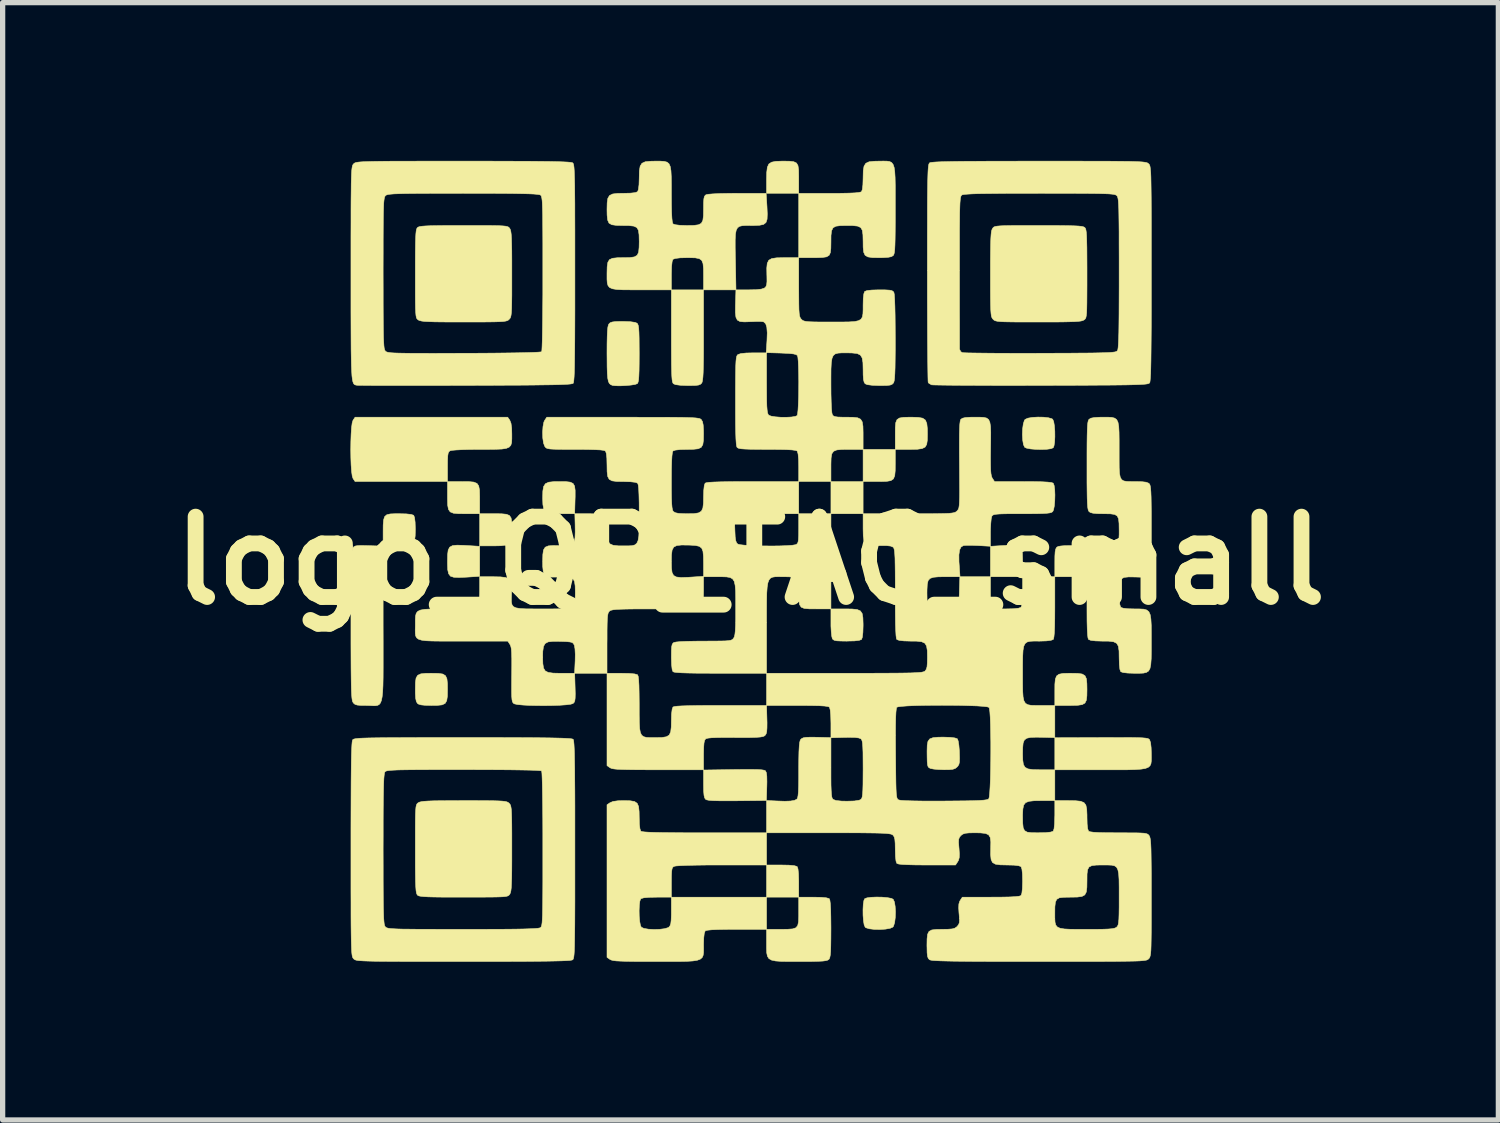
<source format=kicad_pcb>
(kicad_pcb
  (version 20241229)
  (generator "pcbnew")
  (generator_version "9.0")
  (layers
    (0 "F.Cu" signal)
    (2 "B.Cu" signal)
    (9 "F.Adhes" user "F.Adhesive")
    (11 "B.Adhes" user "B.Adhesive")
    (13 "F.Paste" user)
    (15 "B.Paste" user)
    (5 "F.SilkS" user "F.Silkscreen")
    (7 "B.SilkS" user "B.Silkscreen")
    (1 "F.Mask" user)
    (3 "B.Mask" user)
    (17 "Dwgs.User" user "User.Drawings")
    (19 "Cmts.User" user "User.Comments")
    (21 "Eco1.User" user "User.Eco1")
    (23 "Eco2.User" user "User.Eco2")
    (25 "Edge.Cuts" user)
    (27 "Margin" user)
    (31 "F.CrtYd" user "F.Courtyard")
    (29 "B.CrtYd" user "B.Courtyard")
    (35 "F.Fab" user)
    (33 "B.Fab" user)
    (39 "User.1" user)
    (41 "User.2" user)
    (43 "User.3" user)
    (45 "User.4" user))
  (footprint "logo_QR_TAG_small"
    (layer "F.Cu")
    (at 11.183 7.583)
    (property "Reference" "logo_QR_TAG_small" (at 0 0 0) (layer "F.SilkS") (effects (font (size 1.524 1.524) (thickness 0.3))))
    (attr through_hole)
    (fp_poly (pts (xy 0.305 5.772) (xy 0.58 5.772) (xy 0.727 5.775) (xy 0.828 5.784) (xy 0.88 5.799) (xy 0.885 5.802) (xy 0.901 5.846) (xy 0.911 5.938) (xy 0.915 6.076) (xy 0.915 6.107) (xy 0.915 6.382) (xy 0.305 6.382) (xy 0.305 5.772)) (stroke (width 0.01) (type solid)) (fill yes) (layer "F.SilkS"))
    (fp_poly (pts (xy -5.439 -0.29) (xy -5.386 -0.287) (xy -5.136 -0.272) (xy -5.136 0.297) (xy -5.386 0.313) (xy -5.528 0.319) (xy -5.626 0.315) (xy -5.69 0.294) (xy -5.725 0.248) (xy -5.742 0.172) (xy -5.746 0.06) (xy -5.746 0.013) (xy -5.744 -0.114) (xy -5.733 -0.201) (xy -5.704 -0.256) (xy -5.651 -0.285) (xy -5.565 -0.294) (xy -5.439 -0.29)) (stroke (width 0.01) (type solid)) (fill yes) (layer "F.SilkS"))
    (fp_poly (pts (xy -4.857 -0.89) (xy -4.722 -0.889) (xy -4.63 -0.88) (xy -4.572 -0.857) (xy -4.541 -0.812) (xy -4.528 -0.737) (xy -4.526 -0.626) (xy -4.526 -0.586) (xy -4.529 -0.465) (xy -4.543 -0.381) (xy -4.576 -0.327) (xy -4.636 -0.296) (xy -4.73 -0.283) (xy -4.867 -0.28) (xy -4.882 -0.28) (xy -5.136 -0.28) (xy -5.136 -0.89) (xy -4.857 -0.89)) (stroke (width 0.01) (type solid)) (fill yes) (layer "F.SilkS"))
    (fp_poly (pts (xy 0.305 -6.967) (xy 0.305 -7.221) (xy 0.308 -7.362) (xy 0.32 -7.46) (xy 0.348 -7.522) (xy 0.4 -7.557) (xy 0.481 -7.573) (xy 0.599 -7.577) (xy 0.612 -7.577) (xy 0.735 -7.576) (xy 0.82 -7.566) (xy 0.873 -7.541) (xy 0.901 -7.492) (xy 0.913 -7.41) (xy 0.915 -7.288) (xy 0.915 -7.245) (xy 0.915 -6.967) (xy 0.305 -6.967)) (stroke (width 0.01) (type solid)) (fill yes) (layer "F.SilkS"))
    (fp_poly (pts (xy -5.401 -0.89) (xy -5.539 -0.891) (xy -5.634 -0.9) (xy -5.695 -0.925) (xy -5.728 -0.973) (xy -5.743 -1.053) (xy -5.746 -1.173) (xy -5.746 -1.235) (xy -5.746 -1.5) (xy -5.481 -1.5) (xy -5.343 -1.499) (xy -5.248 -1.49) (xy -5.187 -1.465) (xy -5.154 -1.417) (xy -5.139 -1.337) (xy -5.136 -1.217) (xy -5.136 -1.155) (xy -5.136 -0.89) (xy -5.401 -0.89)) (stroke (width 0.01) (type solid)) (fill yes) (layer "F.SilkS"))
    (fp_poly (pts (xy -3.502 -1.499) (xy -3.418 -1.489) (xy -3.365 -1.464) (xy -3.336 -1.415) (xy -3.325 -1.333) (xy -3.325 -1.212) (xy -3.327 -1.154) (xy -3.334 -0.89) (xy -3.585 -0.89) (xy -3.726 -0.893) (xy -3.824 -0.905) (xy -3.887 -0.933) (xy -3.922 -0.985) (xy -3.937 -1.065) (xy -3.941 -1.181) (xy -3.941 -1.189) (xy -3.938 -1.319) (xy -3.923 -1.406) (xy -3.888 -1.46) (xy -3.826 -1.488) (xy -3.726 -1.499) (xy -3.625 -1.5) (xy -3.502 -1.499)) (stroke (width 0.01) (type solid)) (fill yes) (layer "F.SilkS"))
    (fp_poly (pts (xy 2.746 -2.389) (xy 2.747 -2.524) (xy 2.755 -2.616) (xy 2.779 -2.674) (xy 2.825 -2.705) (xy 2.902 -2.718) (xy 3.017 -2.721) (xy 3.061 -2.721) (xy 3.183 -2.717) (xy 3.266 -2.702) (xy 3.317 -2.666) (xy 3.344 -2.602) (xy 3.355 -2.5) (xy 3.356 -2.401) (xy 3.354 -2.285) (xy 3.342 -2.205) (xy 3.312 -2.154) (xy 3.256 -2.126) (xy 3.167 -2.113) (xy 3.036 -2.11) (xy 3.005 -2.11) (xy 2.746 -2.11) (xy 2.746 -2.389)) (stroke (width 0.01) (type solid)) (fill yes) (layer "F.SilkS"))
    (fp_poly (pts (xy 5.772 2.481) (xy 5.773 2.343) (xy 5.782 2.247) (xy 5.806 2.187) (xy 5.851 2.154) (xy 5.926 2.139) (xy 6.036 2.136) (xy 6.077 2.136) (xy 6.205 2.138) (xy 6.291 2.15) (xy 6.344 2.182) (xy 6.371 2.24) (xy 6.38 2.333) (xy 6.382 2.441) (xy 6.38 2.563) (xy 6.37 2.647) (xy 6.343 2.701) (xy 6.291 2.73) (xy 6.207 2.743) (xy 6.083 2.746) (xy 6.037 2.746) (xy 5.772 2.746) (xy 5.772 2.481)) (stroke (width 0.01) (type solid)) (fill yes) (layer "F.SilkS"))
    (fp_poly (pts (xy -6.53 -0.887) (xy -6.437 -0.877) (xy -6.389 -0.861) (xy -6.387 -0.859) (xy -6.371 -0.816) (xy -6.36 -0.728) (xy -6.356 -0.6) (xy -6.356 -0.594) (xy -6.359 -0.47) (xy -6.37 -0.384) (xy -6.4 -0.329) (xy -6.454 -0.298) (xy -6.541 -0.284) (xy -6.67 -0.28) (xy -6.718 -0.28) (xy -6.967 -0.28) (xy -6.967 -0.534) (xy -6.966 -0.675) (xy -6.958 -0.772) (xy -6.938 -0.835) (xy -6.898 -0.87) (xy -6.832 -0.886) (xy -6.734 -0.89) (xy -6.666 -0.89) (xy -6.53 -0.887)) (stroke (width 0.01) (type solid)) (fill yes) (layer "F.SilkS"))
    (fp_poly (pts (xy -5.923 2.138) (xy -5.836 2.15) (xy -5.784 2.182) (xy -5.757 2.24) (xy -5.747 2.333) (xy -5.746 2.441) (xy -5.748 2.569) (xy -5.761 2.656) (xy -5.792 2.708) (xy -5.85 2.735) (xy -5.944 2.745) (xy -6.051 2.746) (xy -6.172 2.743) (xy -6.251 2.735) (xy -6.299 2.719) (xy -6.316 2.706) (xy -6.337 2.671) (xy -6.35 2.61) (xy -6.356 2.514) (xy -6.356 2.441) (xy -6.354 2.312) (xy -6.342 2.226) (xy -6.311 2.174) (xy -6.252 2.147) (xy -6.159 2.137) (xy -6.051 2.136) (xy -5.923 2.138)) (stroke (width 0.01) (type solid)) (fill yes) (layer "F.SilkS"))
    (fp_poly (pts (xy 0.138 3.962) (xy 0.214 3.967) (xy 0.261 3.975) (xy 0.284 3.986) (xy 0.285 3.987) (xy 0.301 4.021) (xy 0.31 4.089) (xy 0.312 4.197) (xy 0.31 4.284) (xy 0.302 4.548) (xy -0.253 4.554) (xy -0.449 4.555) (xy -0.6 4.554) (xy -0.711 4.551) (xy -0.786 4.545) (xy -0.832 4.536) (xy -0.85 4.527) (xy -0.869 4.5) (xy -0.881 4.451) (xy -0.888 4.37) (xy -0.89 4.248) (xy -0.89 4.23) (xy -0.89 3.971) (xy -0.319 3.962) (xy -0.123 3.96) (xy 0.027 3.96) (xy 0.138 3.962)) (stroke (width 0.01) (type solid)) (fill yes) (layer "F.SilkS"))
    (fp_poly (pts (xy 1.927 0.917) (xy 2.023 0.927) (xy 2.084 0.953) (xy 2.118 1.002) (xy 2.132 1.082) (xy 2.136 1.2) (xy 2.136 1.236) (xy 2.132 1.362) (xy 2.122 1.451) (xy 2.106 1.495) (xy 2.105 1.495) (xy 2.062 1.511) (xy 1.972 1.522) (xy 1.84 1.525) (xy 1.826 1.526) (xy 1.71 1.524) (xy 1.635 1.52) (xy 1.589 1.51) (xy 1.563 1.493) (xy 1.552 1.476) (xy 1.541 1.431) (xy 1.532 1.348) (xy 1.526 1.242) (xy 1.526 1.171) (xy 1.526 0.915) (xy 1.789 0.915) (xy 1.927 0.917)) (stroke (width 0.01) (type solid)) (fill yes) (layer "F.SilkS"))
    (fp_poly (pts (xy 2.497 6.382) (xy 2.596 6.391) (xy 2.671 6.405) (xy 2.706 6.422) (xy 2.73 6.473) (xy 2.744 6.558) (xy 2.75 6.661) (xy 2.746 6.769) (xy 2.734 6.864) (xy 2.713 6.932) (xy 2.699 6.95) (xy 2.647 6.973) (xy 2.561 6.988) (xy 2.457 6.995) (xy 2.35 6.993) (xy 2.256 6.982) (xy 2.19 6.962) (xy 2.176 6.952) (xy 2.156 6.907) (xy 2.143 6.827) (xy 2.135 6.726) (xy 2.134 6.62) (xy 2.139 6.521) (xy 2.151 6.446) (xy 2.166 6.412) (xy 2.21 6.395) (xy 2.29 6.384) (xy 2.391 6.38) (xy 2.497 6.382)) (stroke (width 0.01) (type solid)) (fill yes) (layer "F.SilkS"))
    (fp_poly (pts (xy 5.558 -2.721) (xy 5.651 -2.71) (xy 5.717 -2.691) (xy 5.732 -2.681) (xy 5.751 -2.636) (xy 5.764 -2.556) (xy 5.772 -2.455) (xy 5.773 -2.348) (xy 5.768 -2.25) (xy 5.756 -2.175) (xy 5.741 -2.141) (xy 5.697 -2.123) (xy 5.617 -2.112) (xy 5.517 -2.108) (xy 5.41 -2.111) (xy 5.311 -2.119) (xy 5.236 -2.134) (xy 5.201 -2.15) (xy 5.177 -2.201) (xy 5.163 -2.286) (xy 5.157 -2.39) (xy 5.161 -2.497) (xy 5.174 -2.592) (xy 5.195 -2.66) (xy 5.208 -2.678) (xy 5.26 -2.702) (xy 5.347 -2.717) (xy 5.451 -2.723) (xy 5.558 -2.721)) (stroke (width 0.01) (type solid)) (fill yes) (layer "F.SilkS"))
    (fp_poly (pts (xy 5.772 3.358) (xy 6.654 3.355) (xy 6.89 3.354) (xy 7.08 3.354) (xy 7.23 3.355) (xy 7.344 3.357) (xy 7.428 3.36) (xy 7.487 3.365) (xy 7.526 3.371) (xy 7.55 3.38) (xy 7.564 3.391) (xy 7.569 3.397) (xy 7.588 3.452) (xy 7.599 3.55) (xy 7.602 3.653) (xy 7.603 3.734) (xy 7.602 3.799) (xy 7.595 3.851) (xy 7.577 3.89) (xy 7.543 3.92) (xy 7.488 3.941) (xy 7.408 3.954) (xy 7.298 3.962) (xy 7.154 3.966) (xy 6.969 3.967) (xy 6.741 3.966) (xy 6.636 3.966) (xy 5.772 3.966) (xy 5.772 3.358)) (stroke (width 0.01) (type solid)) (fill yes) (layer "F.SilkS"))
    (fp_poly (pts (xy 3.787 3.351) (xy 3.876 3.362) (xy 3.922 3.378) (xy 3.923 3.379) (xy 3.939 3.419) (xy 3.952 3.497) (xy 3.961 3.603) (xy 3.962 3.635) (xy 3.965 3.745) (xy 3.963 3.818) (xy 3.953 3.864) (xy 3.933 3.897) (xy 3.918 3.913) (xy 3.883 3.941) (xy 3.836 3.957) (xy 3.766 3.964) (xy 3.668 3.965) (xy 3.565 3.961) (xy 3.476 3.953) (xy 3.418 3.942) (xy 3.413 3.94) (xy 3.386 3.927) (xy 3.369 3.908) (xy 3.358 3.873) (xy 3.352 3.813) (xy 3.35 3.719) (xy 3.349 3.615) (xy 3.352 3.503) (xy 3.366 3.427) (xy 3.4 3.381) (xy 3.463 3.357) (xy 3.561 3.348) (xy 3.662 3.347) (xy 3.787 3.351)) (stroke (width 0.01) (type solid)) (fill yes) (layer "F.SilkS"))
    (fp_poly (pts (xy -7.498 -1.5) (xy -7.537 -1.557) (xy -7.553 -1.605) (xy -7.565 -1.694) (xy -7.574 -1.814) (xy -7.579 -1.954) (xy -7.581 -2.105) (xy -7.579 -2.256) (xy -7.574 -2.397) (xy -7.566 -2.519) (xy -7.554 -2.611) (xy -7.538 -2.662) (xy -7.537 -2.664) (xy -7.498 -2.721) (xy -4.605 -2.721) (xy -4.565 -2.664) (xy -4.542 -2.607) (xy -4.529 -2.515) (xy -4.526 -2.401) (xy -4.526 -2.31) (xy -4.53 -2.24) (xy -4.545 -2.188) (xy -4.577 -2.153) (xy -4.63 -2.13) (xy -4.712 -2.117) (xy -4.828 -2.112) (xy -4.985 -2.11) (xy -5.133 -2.11) (xy -5.312 -2.109) (xy -5.464 -2.105) (xy -5.583 -2.099) (xy -5.664 -2.092) (xy -5.697 -2.084) (xy -5.719 -2.067) (xy -5.733 -2.039) (xy -5.741 -1.99) (xy -5.745 -1.91) (xy -5.746 -1.789) (xy -5.746 -1.779) (xy -5.746 -1.5) (xy -7.498 -1.5)) (stroke (width 0.01) (type solid)) (fill yes) (layer "F.SilkS"))
    (fp_poly (pts (xy -2.281 -4.532) (xy -2.19 -4.519) (xy -2.151 -4.503) (xy -2.138 -4.485) (xy -2.127 -4.455) (xy -2.12 -4.405) (xy -2.115 -4.329) (xy -2.112 -4.22) (xy -2.111 -4.072) (xy -2.11 -3.928) (xy -2.111 -3.743) (xy -2.113 -3.603) (xy -2.117 -3.501) (xy -2.122 -3.431) (xy -2.131 -3.387) (xy -2.142 -3.362) (xy -2.148 -3.357) (xy -2.189 -3.342) (xy -2.265 -3.33) (xy -2.361 -3.321) (xy -2.461 -3.316) (xy -2.55 -3.317) (xy -2.612 -3.323) (xy -2.619 -3.325) (xy -2.652 -3.339) (xy -2.677 -3.362) (xy -2.695 -3.4) (xy -2.707 -3.461) (xy -2.715 -3.551) (xy -2.719 -3.675) (xy -2.72 -3.841) (xy -2.721 -3.928) (xy -2.72 -4.114) (xy -2.717 -4.255) (xy -2.712 -4.357) (xy -2.705 -4.427) (xy -2.694 -4.471) (xy -2.685 -4.488) (xy -2.661 -4.512) (xy -2.623 -4.526) (xy -2.56 -4.534) (xy -2.461 -4.537) (xy -2.421 -4.537) (xy -2.281 -4.532)) (stroke (width 0.01) (type solid)) (fill yes) (layer "F.SilkS"))
    (fp_poly (pts (xy 0.561 6.992) (xy 0.701 6.991) (xy 0.799 6.984) (xy 0.861 6.963) (xy 0.896 6.921) (xy 0.911 6.85) (xy 0.915 6.744) (xy 0.915 6.661) (xy 0.915 6.382) (xy 1.19 6.382) (xy 1.337 6.385) (xy 1.438 6.394) (xy 1.491 6.409) (xy 1.495 6.412) (xy 1.506 6.442) (xy 1.515 6.507) (xy 1.521 6.611) (xy 1.524 6.758) (xy 1.526 6.952) (xy 1.526 6.983) (xy 1.525 7.166) (xy 1.523 7.306) (xy 1.52 7.407) (xy 1.514 7.478) (xy 1.505 7.524) (xy 1.494 7.552) (xy 1.486 7.562) (xy 1.465 7.576) (xy 1.43 7.586) (xy 1.373 7.594) (xy 1.289 7.598) (xy 1.17 7.601) (xy 1.01 7.602) (xy 0.926 7.602) (xy 0.733 7.602) (xy 0.584 7.6) (xy 0.475 7.592) (xy 0.398 7.575) (xy 0.349 7.546) (xy 0.321 7.501) (xy 0.308 7.437) (xy 0.305 7.35) (xy 0.305 7.246) (xy 0.305 6.992) (xy 0.561 6.992)) (stroke (width 0.01) (type solid)) (fill yes) (layer "F.SilkS"))
    (fp_poly (pts (xy -7.236 -0.284) (xy -7.236 -0.284) (xy -6.967 -0.276) (xy -6.967 1.207) (xy -6.966 1.527) (xy -6.966 1.799) (xy -6.966 2.028) (xy -6.967 2.218) (xy -6.97 2.371) (xy -6.976 2.493) (xy -6.986 2.585) (xy -7 2.653) (xy -7.019 2.7) (xy -7.044 2.73) (xy -7.075 2.745) (xy -7.114 2.751) (xy -7.161 2.751) (xy -7.217 2.748) (xy -7.281 2.746) (xy -7.389 2.745) (xy -7.457 2.739) (xy -7.499 2.726) (xy -7.526 2.704) (xy -7.537 2.689) (xy -7.546 2.672) (xy -7.553 2.645) (xy -7.559 2.603) (xy -7.564 2.543) (xy -7.568 2.46) (xy -7.571 2.351) (xy -7.573 2.212) (xy -7.575 2.038) (xy -7.576 1.827) (xy -7.577 1.573) (xy -7.577 1.272) (xy -7.577 1.22) (xy -7.577 0.908) (xy -7.576 0.644) (xy -7.575 0.423) (xy -7.573 0.241) (xy -7.571 0.095) (xy -7.568 -0.02) (xy -7.564 -0.106) (xy -7.559 -0.168) (xy -7.552 -0.21) (xy -7.545 -0.235) (xy -7.541 -0.243) (xy -7.52 -0.265) (xy -7.489 -0.279) (xy -7.438 -0.286) (xy -7.357 -0.287) (xy -7.236 -0.284)) (stroke (width 0.01) (type solid)) (fill yes) (layer "F.SilkS"))
    (fp_poly (pts (xy 0.915 -6.967) (xy 1.495 -6.967) (xy 1.702 -6.967) (xy 1.863 -6.97) (xy 1.98 -6.975) (xy 2.057 -6.983) (xy 2.098 -6.993) (xy 2.105 -6.997) (xy 2.122 -7.04) (xy 2.132 -7.129) (xy 2.136 -7.257) (xy 2.136 -7.263) (xy 2.139 -7.394) (xy 2.154 -7.482) (xy 2.188 -7.536) (xy 2.25 -7.565) (xy 2.348 -7.575) (xy 2.441 -7.577) (xy 2.521 -7.578) (xy 2.586 -7.577) (xy 2.637 -7.57) (xy 2.676 -7.551) (xy 2.704 -7.516) (xy 2.724 -7.46) (xy 2.736 -7.379) (xy 2.743 -7.266) (xy 2.746 -7.118) (xy 2.746 -6.929) (xy 2.746 -6.695) (xy 2.746 -6.662) (xy 2.746 -6.43) (xy 2.745 -6.244) (xy 2.743 -6.098) (xy 2.74 -5.987) (xy 2.736 -5.906) (xy 2.73 -5.851) (xy 2.722 -5.815) (xy 2.712 -5.793) (xy 2.706 -5.786) (xy 2.671 -5.765) (xy 2.61 -5.753) (xy 2.514 -5.747) (xy 2.441 -5.746) (xy 2.312 -5.748) (xy 2.226 -5.761) (xy 2.174 -5.792) (xy 2.147 -5.85) (xy 2.137 -5.944) (xy 2.136 -6.051) (xy 2.133 -6.18) (xy 2.121 -6.266) (xy 2.09 -6.318) (xy 2.032 -6.345) (xy 1.938 -6.355) (xy 1.831 -6.356) (xy 1.704 -6.354) (xy 1.619 -6.343) (xy 1.566 -6.313) (xy 1.538 -6.257) (xy 1.527 -6.167) (xy 1.526 -6.038) (xy 1.524 -5.922) (xy 1.515 -5.842) (xy 1.491 -5.791) (xy 1.443 -5.762) (xy 1.363 -5.75) (xy 1.245 -5.746) (xy 1.171 -5.746) (xy 0.915 -5.746) (xy 0.915 -6.967)) (stroke (width 0.01) (type solid)) (fill yes) (layer "F.SilkS"))
    (fp_poly (pts (xy -5.213 -6.356) (xy -5.03 -6.356) (xy -4.888 -6.355) (xy -4.78 -6.353) (xy -4.702 -6.349) (xy -4.648 -6.344) (xy -4.612 -6.336) (xy -4.59 -6.327) (xy -4.576 -6.314) (xy -4.565 -6.3) (xy -4.554 -6.278) (xy -4.545 -6.243) (xy -4.538 -6.191) (xy -4.533 -6.115) (xy -4.53 -6.011) (xy -4.527 -5.874) (xy -4.526 -5.697) (xy -4.526 -5.475) (xy -4.526 -5.435) (xy -4.526 -5.211) (xy -4.526 -5.032) (xy -4.528 -4.893) (xy -4.53 -4.788) (xy -4.534 -4.711) (xy -4.54 -4.658) (xy -4.548 -4.622) (xy -4.558 -4.599) (xy -4.572 -4.582) (xy -4.577 -4.577) (xy -4.593 -4.562) (xy -4.614 -4.551) (xy -4.645 -4.543) (xy -4.691 -4.536) (xy -4.759 -4.532) (xy -4.854 -4.529) (xy -4.982 -4.527) (xy -5.147 -4.526) (xy -5.356 -4.526) (xy -5.435 -4.526) (xy -5.665 -4.526) (xy -5.848 -4.527) (xy -5.992 -4.529) (xy -6.101 -4.533) (xy -6.181 -4.537) (xy -6.236 -4.544) (xy -6.273 -4.553) (xy -6.297 -4.563) (xy -6.3 -4.565) (xy -6.315 -4.577) (xy -6.328 -4.592) (xy -6.337 -4.615) (xy -6.344 -4.652) (xy -6.349 -4.707) (xy -6.353 -4.788) (xy -6.355 -4.898) (xy -6.356 -5.043) (xy -6.356 -5.229) (xy -6.356 -5.441) (xy -6.356 -5.673) (xy -6.355 -5.859) (xy -6.353 -6.005) (xy -6.35 -6.115) (xy -6.346 -6.196) (xy -6.34 -6.252) (xy -6.332 -6.288) (xy -6.322 -6.309) (xy -6.316 -6.316) (xy -6.3 -6.327) (xy -6.272 -6.336) (xy -6.226 -6.343) (xy -6.158 -6.348) (xy -6.063 -6.352) (xy -5.935 -6.354) (xy -5.769 -6.356) (xy -5.56 -6.356) (xy -5.441 -6.356) (xy -5.213 -6.356)) (stroke (width 0.01) (type solid)) (fill yes) (layer "F.SilkS"))
    (fp_poly (pts (xy -5.211 4.551) (xy -5.032 4.552) (xy -4.893 4.553) (xy -4.788 4.556) (xy -4.711 4.56) (xy -4.658 4.566) (xy -4.622 4.574) (xy -4.599 4.584) (xy -4.582 4.597) (xy -4.577 4.602) (xy -4.562 4.618) (xy -4.551 4.639) (xy -4.543 4.67) (xy -4.536 4.717) (xy -4.532 4.785) (xy -4.529 4.88) (xy -4.527 5.007) (xy -4.526 5.172) (xy -4.526 5.381) (xy -4.526 5.461) (xy -4.526 5.69) (xy -4.527 5.874) (xy -4.529 6.018) (xy -4.533 6.126) (xy -4.537 6.206) (xy -4.544 6.262) (xy -4.553 6.299) (xy -4.563 6.322) (xy -4.565 6.325) (xy -4.577 6.341) (xy -4.592 6.353) (xy -4.615 6.363) (xy -4.652 6.37) (xy -4.707 6.375) (xy -4.788 6.378) (xy -4.898 6.38) (xy -5.043 6.381) (xy -5.229 6.382) (xy -5.441 6.382) (xy -5.673 6.382) (xy -5.859 6.381) (xy -6.005 6.379) (xy -6.115 6.376) (xy -6.196 6.371) (xy -6.252 6.365) (xy -6.288 6.358) (xy -6.309 6.348) (xy -6.316 6.342) (xy -6.327 6.325) (xy -6.336 6.297) (xy -6.343 6.252) (xy -6.348 6.184) (xy -6.352 6.088) (xy -6.354 5.96) (xy -6.356 5.795) (xy -6.356 5.586) (xy -6.356 5.466) (xy -6.356 5.238) (xy -6.356 5.056) (xy -6.355 4.913) (xy -6.353 4.806) (xy -6.349 4.728) (xy -6.344 4.673) (xy -6.336 4.638) (xy -6.327 4.616) (xy -6.314 4.601) (xy -6.3 4.591) (xy -6.278 4.58) (xy -6.243 4.571) (xy -6.191 4.564) (xy -6.115 4.559) (xy -6.011 4.555) (xy -5.874 4.553) (xy -5.697 4.552) (xy -5.475 4.551) (xy -5.435 4.551) (xy -5.211 4.551)) (stroke (width 0.01) (type solid)) (fill yes) (layer "F.SilkS"))
    (fp_poly (pts (xy 5.698 -6.356) (xy 5.884 -6.355) (xy 6.03 -6.353) (xy 6.141 -6.35) (xy 6.221 -6.346) (xy 6.277 -6.34) (xy 6.313 -6.332) (xy 6.335 -6.322) (xy 6.342 -6.316) (xy 6.353 -6.3) (xy 6.362 -6.272) (xy 6.369 -6.226) (xy 6.374 -6.158) (xy 6.377 -6.063) (xy 6.38 -5.935) (xy 6.381 -5.769) (xy 6.382 -5.56) (xy 6.382 -5.441) (xy 6.382 -5.213) (xy 6.381 -5.03) (xy 6.38 -4.888) (xy 6.378 -4.78) (xy 6.375 -4.702) (xy 6.369 -4.648) (xy 6.362 -4.612) (xy 6.352 -4.59) (xy 6.34 -4.576) (xy 6.325 -4.565) (xy 6.303 -4.554) (xy 6.269 -4.545) (xy 6.216 -4.538) (xy 6.141 -4.533) (xy 6.037 -4.53) (xy 5.899 -4.527) (xy 5.722 -4.526) (xy 5.5 -4.526) (xy 5.461 -4.526) (xy 5.236 -4.526) (xy 5.057 -4.526) (xy 4.918 -4.528) (xy 4.813 -4.53) (xy 4.737 -4.534) (xy 4.683 -4.54) (xy 4.648 -4.548) (xy 4.624 -4.558) (xy 4.607 -4.572) (xy 4.602 -4.577) (xy 4.588 -4.593) (xy 4.577 -4.614) (xy 4.568 -4.645) (xy 4.562 -4.691) (xy 4.557 -4.759) (xy 4.554 -4.854) (xy 4.552 -4.982) (xy 4.551 -5.147) (xy 4.551 -5.356) (xy 4.551 -5.435) (xy 4.551 -5.665) (xy 4.553 -5.848) (xy 4.555 -5.992) (xy 4.558 -6.101) (xy 4.563 -6.181) (xy 4.569 -6.236) (xy 4.578 -6.273) (xy 4.589 -6.297) (xy 4.591 -6.3) (xy 4.602 -6.315) (xy 4.617 -6.328) (xy 4.64 -6.337) (xy 4.677 -6.344) (xy 4.733 -6.349) (xy 4.813 -6.353) (xy 4.923 -6.355) (xy 5.069 -6.356) (xy 5.255 -6.356) (xy 5.466 -6.356) (xy 5.698 -6.356)) (stroke (width 0.01) (type solid)) (fill yes) (layer "F.SilkS"))
    (fp_poly (pts (xy 0.305 6.382) (xy 0.305 6.992) (xy -0.262 6.992) (xy -0.467 6.993) (xy -0.625 6.996) (xy -0.74 7.001) (xy -0.815 7.009) (xy -0.854 7.019) (xy -0.859 7.023) (xy -0.876 7.066) (xy -0.886 7.153) (xy -0.89 7.277) (xy -0.89 7.277) (xy -0.889 7.362) (xy -0.89 7.432) (xy -0.898 7.486) (xy -0.917 7.528) (xy -0.953 7.558) (xy -1.01 7.579) (xy -1.093 7.592) (xy -1.207 7.599) (xy -1.358 7.602) (xy -1.549 7.602) (xy -1.785 7.602) (xy -1.8 7.602) (xy -2.029 7.602) (xy -2.213 7.601) (xy -2.356 7.599) (xy -2.465 7.595) (xy -2.545 7.591) (xy -2.6 7.584) (xy -2.637 7.575) (xy -2.661 7.565) (xy -2.664 7.563) (xy -2.721 7.523) (xy -2.721 6.637) (xy -2.112 6.637) (xy -2.11 6.743) (xy -2.101 6.842) (xy -2.087 6.917) (xy -2.07 6.952) (xy -2.02 6.975) (xy -1.936 6.989) (xy -1.832 6.995) (xy -1.725 6.992) (xy -1.63 6.98) (xy -1.562 6.96) (xy -1.547 6.95) (xy -1.525 6.923) (xy -1.511 6.882) (xy -1.504 6.818) (xy -1.5 6.718) (xy -1.5 6.645) (xy -1.5 6.382) (xy -1.775 6.382) (xy -1.922 6.385) (xy -2.023 6.394) (xy -2.075 6.409) (xy -2.08 6.412) (xy -2.098 6.456) (xy -2.108 6.536) (xy -2.112 6.637) (xy -2.721 6.637) (xy -2.721 4.63) (xy -2.664 4.591) (xy -2.607 4.567) (xy -2.515 4.554) (xy -2.401 4.551) (xy -2.281 4.554) (xy -2.199 4.568) (xy -2.149 4.602) (xy -2.122 4.663) (xy -2.112 4.76) (xy -2.11 4.872) (xy -2.107 4.998) (xy -2.096 5.086) (xy -2.08 5.131) (xy -2.08 5.131) (xy -2.059 5.138) (xy -2.01 5.145) (xy -1.93 5.15) (xy -1.816 5.154) (xy -1.664 5.157) (xy -1.472 5.159) (xy -1.237 5.161) (xy -0.954 5.161) (xy -0.872 5.161) (xy 0.305 5.161) (xy 0.305 5.772) (xy -0.548 5.772) (xy -0.802 5.772) (xy -1.018 5.775) (xy -1.194 5.779) (xy -1.326 5.784) (xy -1.413 5.79) (xy -1.451 5.798) (xy -1.473 5.814) (xy -1.487 5.843) (xy -1.495 5.892) (xy -1.499 5.972) (xy -1.5 6.093) (xy -1.5 6.103) (xy -1.5 6.382) (xy 0.305 6.382)) (stroke (width 0.01) (type solid)) (fill yes) (layer "F.SilkS"))
    (fp_poly (pts (xy 5.772 0.041) (xy 5.773 -0.084) (xy 5.778 -0.168) (xy 5.789 -0.22) (xy 5.806 -0.251) (xy 5.813 -0.257) (xy 5.839 -0.27) (xy 5.885 -0.278) (xy 5.958 -0.284) (xy 6.064 -0.286) (xy 6.21 -0.286) (xy 6.361 -0.283) (xy 6.556 -0.28) (xy 6.706 -0.28) (xy 6.817 -0.286) (xy 6.895 -0.3) (xy 6.945 -0.326) (xy 6.974 -0.365) (xy 6.988 -0.421) (xy 6.992 -0.497) (xy 6.992 -0.574) (xy 6.99 -0.705) (xy 6.981 -0.794) (xy 6.955 -0.848) (xy 6.906 -0.877) (xy 6.826 -0.888) (xy 6.707 -0.89) (xy 6.701 -0.89) (xy 6.577 -0.892) (xy 6.495 -0.9) (xy 6.445 -0.914) (xy 6.422 -0.93) (xy 6.411 -0.946) (xy 6.402 -0.975) (xy 6.395 -1.02) (xy 6.39 -1.088) (xy 6.386 -1.183) (xy 6.384 -1.311) (xy 6.382 -1.477) (xy 6.382 -1.686) (xy 6.382 -1.805) (xy 6.382 -2.037) (xy 6.383 -2.223) (xy 6.385 -2.369) (xy 6.388 -2.48) (xy 6.392 -2.56) (xy 6.398 -2.616) (xy 6.406 -2.652) (xy 6.416 -2.674) (xy 6.422 -2.681) (xy 6.457 -2.702) (xy 6.519 -2.714) (xy 6.616 -2.72) (xy 6.685 -2.721) (xy 6.78 -2.721) (xy 6.853 -2.717) (xy 6.907 -2.703) (xy 6.945 -2.675) (xy 6.97 -2.624) (xy 6.984 -2.546) (xy 6.99 -2.436) (xy 6.992 -2.286) (xy 6.992 -2.091) (xy 6.992 -2.09) (xy 6.992 -1.902) (xy 6.993 -1.759) (xy 6.999 -1.654) (xy 7.013 -1.582) (xy 7.039 -1.537) (xy 7.079 -1.512) (xy 7.137 -1.502) (xy 7.215 -1.5) (xy 7.306 -1.5) (xy 7.425 -1.497) (xy 7.503 -1.488) (xy 7.549 -1.47) (xy 7.562 -1.46) (xy 7.573 -1.444) (xy 7.582 -1.415) (xy 7.589 -1.369) (xy 7.594 -1.301) (xy 7.598 -1.205) (xy 7.6 -1.076) (xy 7.602 -0.908) (xy 7.602 -0.697) (xy 7.602 -0.601) (xy 7.602 -0.366) (xy 7.601 -0.178) (xy 7.598 -0.03) (xy 7.595 0.082) (xy 7.59 0.163) (xy 7.583 0.218) (xy 7.574 0.253) (xy 7.566 0.268) (xy 7.543 0.292) (xy 7.509 0.306) (xy 7.452 0.312) (xy 7.362 0.312) (xy 7.302 0.31) (xy 7.174 0.308) (xy 7.087 0.317) (xy 7.033 0.346) (xy 7.005 0.401) (xy 6.994 0.491) (xy 6.992 0.62) (xy 6.996 0.749) (xy 7.006 0.839) (xy 7.022 0.884) (xy 7.023 0.885) (xy 7.066 0.901) (xy 7.153 0.912) (xy 7.277 0.915) (xy 7.277 0.915) (xy 7.379 0.916) (xy 7.458 0.92) (xy 7.515 0.936) (xy 7.555 0.968) (xy 7.58 1.023) (xy 7.594 1.106) (xy 7.601 1.224) (xy 7.602 1.383) (xy 7.602 1.52) (xy 7.602 1.712) (xy 7.6 1.86) (xy 7.592 1.968) (xy 7.577 2.044) (xy 7.55 2.093) (xy 7.508 2.12) (xy 7.45 2.133) (xy 7.371 2.136) (xy 7.288 2.136) (xy 7.159 2.132) (xy 7.069 2.122) (xy 7.023 2.106) (xy 7.023 2.105) (xy 7.006 2.062) (xy 6.996 1.974) (xy 6.992 1.847) (xy 6.992 1.842) (xy 6.99 1.712) (xy 6.977 1.623) (xy 6.946 1.568) (xy 6.888 1.539) (xy 6.795 1.527) (xy 6.671 1.526) (xy 6.545 1.522) (xy 6.457 1.512) (xy 6.413 1.495) (xy 6.412 1.495) (xy 6.401 1.466) (xy 6.393 1.401) (xy 6.387 1.296) (xy 6.383 1.149) (xy 6.382 0.955) (xy 6.382 0.924) (xy 6.382 0.731) (xy 6.38 0.583) (xy 6.373 0.474) (xy 6.357 0.397) (xy 6.328 0.348) (xy 6.284 0.321) (xy 6.221 0.308) (xy 6.134 0.305) (xy 6.022 0.305) (xy 6.02 0.305) (xy 5.772 0.305) (xy 5.772 0.041)) (stroke (width 0.01) (type solid)) (fill yes) (layer "F.SilkS"))
    (fp_poly (pts (xy -5.073 3.355) (xy -4.738 3.355) (xy -4.448 3.356) (xy -4.2 3.357) (xy -3.991 3.359) (xy -3.818 3.361) (xy -3.678 3.364) (xy -3.568 3.367) (xy -3.485 3.371) (xy -3.426 3.375) (xy -3.387 3.38) (xy -3.367 3.386) (xy -3.363 3.389) (xy -3.357 3.403) (xy -3.352 3.434) (xy -3.347 3.485) (xy -3.343 3.558) (xy -3.339 3.658) (xy -3.337 3.786) (xy -3.334 3.946) (xy -3.333 4.141) (xy -3.331 4.373) (xy -3.33 4.647) (xy -3.33 4.964) (xy -3.33 5.327) (xy -3.33 5.481) (xy -3.33 5.853) (xy -3.33 6.178) (xy -3.33 6.459) (xy -3.331 6.699) (xy -3.332 6.901) (xy -3.334 7.069) (xy -3.336 7.206) (xy -3.338 7.314) (xy -3.341 7.399) (xy -3.345 7.462) (xy -3.35 7.507) (xy -3.356 7.537) (xy -3.362 7.556) (xy -3.369 7.567) (xy -3.373 7.57) (xy -3.392 7.576) (xy -3.432 7.582) (xy -3.496 7.586) (xy -3.588 7.59) (xy -3.709 7.593) (xy -3.863 7.596) (xy -4.053 7.598) (xy -4.28 7.6) (xy -4.549 7.601) (xy -4.861 7.602) (xy -5.22 7.602) (xy -5.446 7.602) (xy -5.815 7.602) (xy -6.136 7.602) (xy -6.413 7.602) (xy -6.649 7.601) (xy -6.848 7.6) (xy -7.013 7.599) (xy -7.148 7.597) (xy -7.255 7.594) (xy -7.338 7.591) (xy -7.401 7.587) (xy -7.446 7.583) (xy -7.478 7.577) (xy -7.499 7.57) (xy -7.513 7.562) (xy -7.524 7.553) (xy -7.526 7.551) (xy -7.535 7.541) (xy -7.543 7.528) (xy -7.55 7.508) (xy -7.556 7.479) (xy -7.561 7.437) (xy -7.565 7.378) (xy -7.568 7.299) (xy -7.571 7.198) (xy -7.573 7.069) (xy -7.575 6.911) (xy -7.576 6.719) (xy -7.576 6.491) (xy -7.577 6.223) (xy -7.577 5.911) (xy -7.577 5.553) (xy -7.577 5.476) (xy -6.967 5.476) (xy -6.966 5.783) (xy -6.966 6.043) (xy -6.965 6.261) (xy -6.964 6.439) (xy -6.962 6.583) (xy -6.959 6.696) (xy -6.956 6.782) (xy -6.951 6.845) (xy -6.946 6.889) (xy -6.939 6.919) (xy -6.931 6.937) (xy -6.924 6.945) (xy -6.913 6.955) (xy -6.896 6.964) (xy -6.87 6.971) (xy -6.83 6.977) (xy -6.772 6.981) (xy -6.693 6.985) (xy -6.588 6.988) (xy -6.453 6.989) (xy -6.284 6.991) (xy -6.078 6.991) (xy -5.83 6.992) (xy -5.536 6.992) (xy -5.455 6.992) (xy -5.135 6.992) (xy -4.862 6.991) (xy -4.634 6.99) (xy -4.446 6.988) (xy -4.295 6.985) (xy -4.178 6.981) (xy -4.092 6.977) (xy -4.032 6.972) (xy -3.996 6.965) (xy -3.982 6.959) (xy -3.973 6.95) (xy -3.965 6.934) (xy -3.958 6.907) (xy -3.952 6.866) (xy -3.948 6.806) (xy -3.944 6.724) (xy -3.942 6.615) (xy -3.94 6.476) (xy -3.939 6.303) (xy -3.938 6.092) (xy -3.938 5.839) (xy -3.938 5.54) (xy -3.938 5.468) (xy -3.938 5.168) (xy -3.939 4.894) (xy -3.941 4.65) (xy -3.944 4.439) (xy -3.947 4.264) (xy -3.951 4.129) (xy -3.955 4.037) (xy -3.96 3.991) (xy -3.961 3.987) (xy -3.991 3.982) (xy -4.069 3.977) (xy -4.19 3.973) (xy -4.353 3.97) (xy -4.552 3.967) (xy -4.786 3.965) (xy -5.051 3.964) (xy -5.343 3.963) (xy -5.443 3.963) (xy -5.753 3.963) (xy -6.016 3.963) (xy -6.236 3.964) (xy -6.417 3.965) (xy -6.563 3.967) (xy -6.677 3.969) (xy -6.765 3.973) (xy -6.829 3.977) (xy -6.874 3.982) (xy -6.903 3.988) (xy -6.922 3.996) (xy -6.932 4.005) (xy -6.934 4.008) (xy -6.941 4.028) (xy -6.947 4.069) (xy -6.953 4.134) (xy -6.957 4.227) (xy -6.96 4.351) (xy -6.963 4.51) (xy -6.965 4.707) (xy -6.966 4.945) (xy -6.966 5.228) (xy -6.967 5.476) (xy -7.577 5.476) (xy -7.577 5.471) (xy -7.577 5.085) (xy -7.576 4.747) (xy -7.575 4.453) (xy -7.574 4.203) (xy -7.572 3.992) (xy -7.57 3.818) (xy -7.567 3.679) (xy -7.563 3.571) (xy -7.559 3.491) (xy -7.554 3.437) (xy -7.548 3.407) (xy -7.545 3.399) (xy -7.537 3.391) (xy -7.522 3.384) (xy -7.497 3.378) (xy -7.458 3.373) (xy -7.404 3.368) (xy -7.33 3.365) (xy -7.232 3.362) (xy -7.108 3.36) (xy -6.955 3.358) (xy -6.768 3.357) (xy -6.546 3.356) (xy -6.284 3.355) (xy -5.979 3.355) (xy -5.628 3.355) (xy -5.455 3.355) (xy -5.073 3.355)) (stroke (width 0.01) (type solid)) (fill yes) (layer "F.SilkS"))
    (fp_poly (pts (xy 5.84 -7.577) (xy 6.161 -7.577) (xy 6.438 -7.576) (xy 6.675 -7.576) (xy 6.874 -7.575) (xy 7.039 -7.573) (xy 7.173 -7.572) (xy 7.28 -7.569) (xy 7.363 -7.566) (xy 7.426 -7.562) (xy 7.471 -7.557) (xy 7.503 -7.551) (xy 7.524 -7.545) (xy 7.539 -7.537) (xy 7.549 -7.528) (xy 7.551 -7.526) (xy 7.561 -7.516) (xy 7.569 -7.503) (xy 7.576 -7.483) (xy 7.581 -7.454) (xy 7.586 -7.411) (xy 7.591 -7.353) (xy 7.594 -7.274) (xy 7.596 -7.172) (xy 7.598 -7.044) (xy 7.6 -6.886) (xy 7.601 -6.694) (xy 7.602 -6.466) (xy 7.602 -6.197) (xy 7.602 -5.886) (xy 7.602 -5.527) (xy 7.602 -5.446) (xy 7.602 -5.059) (xy 7.602 -4.721) (xy 7.601 -4.428) (xy 7.599 -4.177) (xy 7.597 -3.967) (xy 7.595 -3.793) (xy 7.592 -3.653) (xy 7.589 -3.545) (xy 7.584 -3.465) (xy 7.579 -3.412) (xy 7.574 -3.381) (xy 7.57 -3.373) (xy 7.562 -3.365) (xy 7.547 -3.358) (xy 7.521 -3.352) (xy 7.482 -3.347) (xy 7.427 -3.343) (xy 7.351 -3.339) (xy 7.252 -3.336) (xy 7.127 -3.333) (xy 6.971 -3.331) (xy 6.782 -3.329) (xy 6.557 -3.328) (xy 6.291 -3.326) (xy 5.983 -3.325) (xy 5.628 -3.324) (xy 5.509 -3.324) (xy 5.192 -3.323) (xy 4.888 -3.323) (xy 4.603 -3.323) (xy 4.339 -3.324) (xy 4.102 -3.325) (xy 3.894 -3.326) (xy 3.72 -3.328) (xy 3.583 -3.33) (xy 3.489 -3.332) (xy 3.439 -3.334) (xy 3.434 -3.335) (xy 3.386 -3.362) (xy 3.371 -3.378) (xy 3.368 -3.407) (xy 3.366 -3.483) (xy 3.364 -3.602) (xy 3.362 -3.76) (xy 3.36 -3.954) (xy 3.358 -4.18) (xy 3.357 -4.433) (xy 3.356 -4.71) (xy 3.355 -5.007) (xy 3.355 -5.32) (xy 3.355 -5.459) (xy 3.355 -5.801) (xy 3.964 -5.801) (xy 3.964 -5.498) (xy 3.964 -5.478) (xy 3.964 -5.213) (xy 3.964 -4.962) (xy 3.964 -4.73) (xy 3.965 -4.523) (xy 3.965 -4.344) (xy 3.965 -4.198) (xy 3.965 -4.091) (xy 3.965 -4.027) (xy 3.965 -4.01) (xy 3.987 -3.965) (xy 4.016 -3.946) (xy 4.05 -3.943) (xy 4.13 -3.94) (xy 4.251 -3.938) (xy 4.409 -3.936) (xy 4.599 -3.934) (xy 4.816 -3.933) (xy 5.056 -3.932) (xy 5.313 -3.932) (xy 5.496 -3.933) (xy 5.803 -3.934) (xy 6.063 -3.935) (xy 6.28 -3.937) (xy 6.458 -3.938) (xy 6.601 -3.941) (xy 6.713 -3.944) (xy 6.798 -3.947) (xy 6.861 -3.952) (xy 6.904 -3.957) (xy 6.932 -3.964) (xy 6.949 -3.972) (xy 6.959 -3.982) (xy 6.959 -3.982) (xy 6.967 -4.002) (xy 6.973 -4.044) (xy 6.978 -4.109) (xy 6.982 -4.203) (xy 6.986 -4.328) (xy 6.988 -4.487) (xy 6.99 -4.684) (xy 6.991 -4.923) (xy 6.992 -5.207) (xy 6.992 -5.45) (xy 6.992 -5.757) (xy 6.991 -6.018) (xy 6.991 -6.235) (xy 6.989 -6.414) (xy 6.987 -6.558) (xy 6.985 -6.67) (xy 6.981 -6.757) (xy 6.977 -6.82) (xy 6.971 -6.864) (xy 6.964 -6.893) (xy 6.956 -6.912) (xy 6.95 -6.92) (xy 6.939 -6.93) (xy 6.922 -6.938) (xy 6.895 -6.946) (xy 6.855 -6.951) (xy 6.798 -6.956) (xy 6.718 -6.959) (xy 6.613 -6.962) (xy 6.478 -6.964) (xy 6.31 -6.965) (xy 6.103 -6.966) (xy 5.855 -6.966) (xy 5.561 -6.967) (xy 5.48 -6.967) (xy 5.16 -6.966) (xy 4.887 -6.966) (xy 4.659 -6.964) (xy 4.471 -6.962) (xy 4.32 -6.96) (xy 4.203 -6.956) (xy 4.117 -6.951) (xy 4.057 -6.946) (xy 4.021 -6.94) (xy 4.008 -6.934) (xy 3.998 -6.924) (xy 3.99 -6.908) (xy 3.983 -6.881) (xy 3.978 -6.839) (xy 3.973 -6.779) (xy 3.97 -6.696) (xy 3.967 -6.586) (xy 3.966 -6.446) (xy 3.964 -6.271) (xy 3.964 -6.057) (xy 3.964 -5.801) (xy 3.355 -5.801) (xy 3.355 -5.831) (xy 3.355 -6.156) (xy 3.356 -6.436) (xy 3.356 -6.676) (xy 3.357 -6.878) (xy 3.359 -7.045) (xy 3.361 -7.182) (xy 3.364 -7.29) (xy 3.367 -7.374) (xy 3.371 -7.437) (xy 3.376 -7.482) (xy 3.381 -7.512) (xy 3.388 -7.531) (xy 3.395 -7.542) (xy 3.399 -7.545) (xy 3.417 -7.551) (xy 3.457 -7.556) (xy 3.522 -7.561) (xy 3.613 -7.565) (xy 3.735 -7.568) (xy 3.889 -7.571) (xy 4.078 -7.573) (xy 4.306 -7.574) (xy 4.574 -7.576) (xy 4.886 -7.576) (xy 5.245 -7.577) (xy 5.471 -7.577) (xy 5.84 -7.577)) (stroke (width 0.01) (type solid)) (fill yes) (layer "F.SilkS"))
    (fp_poly (pts (xy -5.059 -7.577) (xy -4.721 -7.576) (xy -4.428 -7.575) (xy -4.178 -7.574) (xy -3.967 -7.572) (xy -3.793 -7.57) (xy -3.653 -7.567) (xy -3.545 -7.563) (xy -3.466 -7.559) (xy -3.412 -7.554) (xy -3.381 -7.548) (xy -3.373 -7.545) (xy -3.365 -7.537) (xy -3.358 -7.522) (xy -3.352 -7.497) (xy -3.347 -7.458) (xy -3.343 -7.404) (xy -3.34 -7.33) (xy -3.337 -7.232) (xy -3.334 -7.108) (xy -3.333 -6.955) (xy -3.331 -6.768) (xy -3.331 -6.546) (xy -3.33 -6.284) (xy -3.33 -5.979) (xy -3.33 -5.628) (xy -3.33 -5.455) (xy -3.33 -5.073) (xy -3.33 -4.738) (xy -3.331 -4.448) (xy -3.332 -4.2) (xy -3.334 -3.991) (xy -3.336 -3.818) (xy -3.338 -3.678) (xy -3.341 -3.568) (xy -3.345 -3.485) (xy -3.35 -3.425) (xy -3.355 -3.387) (xy -3.361 -3.367) (xy -3.363 -3.363) (xy -3.378 -3.357) (xy -3.41 -3.351) (xy -3.462 -3.346) (xy -3.537 -3.342) (xy -3.639 -3.338) (xy -3.77 -3.335) (xy -3.934 -3.333) (xy -4.132 -3.33) (xy -4.37 -3.328) (xy -4.648 -3.327) (xy -4.971 -3.325) (xy -5.341 -3.324) (xy -5.406 -3.324) (xy -5.722 -3.323) (xy -6.024 -3.322) (xy -6.308 -3.322) (xy -6.57 -3.322) (xy -6.806 -3.322) (xy -7.013 -3.323) (xy -7.185 -3.323) (xy -7.32 -3.324) (xy -7.412 -3.325) (xy -7.46 -3.326) (xy -7.464 -3.327) (xy -7.484 -3.33) (xy -7.502 -3.336) (xy -7.517 -3.346) (xy -7.53 -3.365) (xy -7.541 -3.396) (xy -7.55 -3.442) (xy -7.558 -3.505) (xy -7.563 -3.591) (xy -7.568 -3.701) (xy -7.571 -3.839) (xy -7.574 -4.008) (xy -7.575 -4.211) (xy -7.576 -4.453) (xy -7.577 -4.735) (xy -7.577 -5.062) (xy -7.577 -5.436) (xy -7.577 -5.446) (xy -7.577 -5.45) (xy -6.967 -5.45) (xy -6.966 -5.143) (xy -6.966 -4.882) (xy -6.965 -4.665) (xy -6.964 -4.486) (xy -6.962 -4.342) (xy -6.96 -4.229) (xy -6.956 -4.143) (xy -6.952 -4.079) (xy -6.947 -4.034) (xy -6.94 -4.005) (xy -6.932 -3.985) (xy -6.922 -3.973) (xy -6.922 -3.973) (xy -6.91 -3.963) (xy -6.891 -3.955) (xy -6.862 -3.949) (xy -6.819 -3.943) (xy -6.757 -3.939) (xy -6.672 -3.936) (xy -6.561 -3.934) (xy -6.42 -3.932) (xy -6.245 -3.932) (xy -6.031 -3.931) (xy -5.774 -3.932) (xy -5.471 -3.933) (xy -5.431 -3.933) (xy -5.137 -3.934) (xy -4.868 -3.936) (xy -4.627 -3.939) (xy -4.417 -3.942) (xy -4.243 -3.946) (xy -4.107 -3.95) (xy -4.014 -3.955) (xy -3.966 -3.96) (xy -3.961 -3.961) (xy -3.956 -3.991) (xy -3.952 -4.069) (xy -3.948 -4.19) (xy -3.945 -4.352) (xy -3.942 -4.551) (xy -3.94 -4.784) (xy -3.938 -5.047) (xy -3.938 -5.338) (xy -3.938 -5.443) (xy -3.938 -5.753) (xy -3.938 -6.016) (xy -3.939 -6.236) (xy -3.94 -6.417) (xy -3.941 -6.563) (xy -3.944 -6.677) (xy -3.947 -6.765) (xy -3.951 -6.829) (xy -3.957 -6.874) (xy -3.963 -6.903) (xy -3.971 -6.922) (xy -3.98 -6.932) (xy -3.982 -6.934) (xy -4.002 -6.941) (xy -4.043 -6.947) (xy -4.109 -6.953) (xy -4.202 -6.957) (xy -4.326 -6.96) (xy -4.484 -6.963) (xy -4.681 -6.965) (xy -4.919 -6.966) (xy -5.202 -6.966) (xy -5.45 -6.967) (xy -5.757 -6.966) (xy -6.018 -6.966) (xy -6.235 -6.965) (xy -6.414 -6.964) (xy -6.558 -6.962) (xy -6.67 -6.959) (xy -6.757 -6.956) (xy -6.82 -6.951) (xy -6.864 -6.946) (xy -6.893 -6.939) (xy -6.912 -6.931) (xy -6.92 -6.924) (xy -6.93 -6.913) (xy -6.938 -6.897) (xy -6.945 -6.87) (xy -6.951 -6.83) (xy -6.956 -6.773) (xy -6.959 -6.693) (xy -6.962 -6.588) (xy -6.964 -6.454) (xy -6.965 -6.285) (xy -6.966 -6.079) (xy -6.966 -5.832) (xy -6.967 -5.538) (xy -6.967 -5.45) (xy -7.577 -5.45) (xy -7.577 -5.815) (xy -7.577 -6.136) (xy -7.576 -6.413) (xy -7.576 -6.649) (xy -7.575 -6.848) (xy -7.573 -7.013) (xy -7.572 -7.148) (xy -7.569 -7.255) (xy -7.566 -7.338) (xy -7.562 -7.401) (xy -7.557 -7.446) (xy -7.551 -7.478) (xy -7.545 -7.499) (xy -7.537 -7.513) (xy -7.528 -7.524) (xy -7.526 -7.526) (xy -7.516 -7.535) (xy -7.503 -7.543) (xy -7.483 -7.55) (xy -7.454 -7.556) (xy -7.411 -7.561) (xy -7.353 -7.565) (xy -7.274 -7.568) (xy -7.172 -7.571) (xy -7.044 -7.573) (xy -6.886 -7.575) (xy -6.694 -7.576) (xy -6.466 -7.576) (xy -6.197 -7.577) (xy -5.886 -7.577) (xy -5.527 -7.577) (xy -5.446 -7.577) (xy -5.059 -7.577)) (stroke (width 0.01) (type solid)) (fill yes) (layer "F.SilkS"))
    (fp_poly (pts (xy 2.746 -1.845) (xy 2.745 -1.707) (xy 2.736 -1.612) (xy 2.711 -1.551) (xy 2.663 -1.518) (xy 2.583 -1.504) (xy 2.463 -1.5) (xy 2.401 -1.5) (xy 2.136 -1.5) (xy 2.136 -0.89) (xy 3 -0.89) (xy 3.233 -0.89) (xy 3.42 -0.89) (xy 3.567 -0.892) (xy 3.679 -0.894) (xy 3.762 -0.897) (xy 3.82 -0.903) (xy 3.86 -0.91) (xy 3.886 -0.919) (xy 3.905 -0.931) (xy 3.918 -0.943) (xy 3.932 -0.959) (xy 3.944 -0.978) (xy 3.953 -1.007) (xy 3.959 -1.049) (xy 3.963 -1.112) (xy 3.966 -1.2) (xy 3.967 -1.319) (xy 3.966 -1.475) (xy 3.965 -1.672) (xy 3.964 -1.818) (xy 3.962 -2.055) (xy 3.962 -2.246) (xy 3.963 -2.396) (xy 3.966 -2.509) (xy 3.97 -2.589) (xy 3.977 -2.642) (xy 3.985 -2.673) (xy 3.99 -2.68) (xy 4.02 -2.701) (xy 4.075 -2.714) (xy 4.163 -2.72) (xy 4.244 -2.721) (xy 4.346 -2.721) (xy 4.423 -2.717) (xy 4.479 -2.704) (xy 4.517 -2.675) (xy 4.54 -2.623) (xy 4.553 -2.544) (xy 4.557 -2.43) (xy 4.556 -2.277) (xy 4.554 -2.137) (xy 4.552 -1.958) (xy 4.553 -1.821) (xy 4.555 -1.722) (xy 4.561 -1.652) (xy 4.57 -1.604) (xy 4.582 -1.572) (xy 4.588 -1.562) (xy 4.629 -1.5) (xy 5.17 -1.5) (xy 5.37 -1.499) (xy 5.524 -1.496) (xy 5.634 -1.49) (xy 5.705 -1.482) (xy 5.739 -1.471) (xy 5.741 -1.47) (xy 5.759 -1.426) (xy 5.77 -1.346) (xy 5.774 -1.245) (xy 5.771 -1.138) (xy 5.763 -1.04) (xy 5.748 -0.965) (xy 5.732 -0.93) (xy 5.711 -0.916) (xy 5.677 -0.906) (xy 5.622 -0.899) (xy 5.54 -0.894) (xy 5.424 -0.891) (xy 5.267 -0.89) (xy 5.148 -0.89) (xy 4.968 -0.89) (xy 4.832 -0.889) (xy 4.733 -0.886) (xy 4.666 -0.881) (xy 4.623 -0.874) (xy 4.597 -0.864) (xy 4.583 -0.85) (xy 4.577 -0.841) (xy 4.566 -0.795) (xy 4.558 -0.712) (xy 4.552 -0.606) (xy 4.551 -0.532) (xy 4.551 -0.273) (xy 4.32 -0.286) (xy 4.211 -0.29) (xy 4.117 -0.291) (xy 4.053 -0.288) (xy 4.038 -0.286) (xy 3.994 -0.259) (xy 3.966 -0.203) (xy 3.953 -0.112) (xy 3.954 0.021) (xy 3.958 0.077) (xy 3.974 0.305) (xy 4.551 0.305) (xy 4.551 0.561) (xy 4.552 0.701) (xy 4.559 0.799) (xy 4.58 0.861) (xy 4.62 0.896) (xy 4.686 0.911) (xy 4.786 0.915) (xy 4.852 0.915) (xy 4.987 0.912) (xy 5.081 0.902) (xy 5.129 0.886) (xy 5.131 0.885) (xy 5.147 0.841) (xy 5.157 0.749) (xy 5.161 0.61) (xy 5.161 0.58) (xy 5.161 0.305) (xy 4.551 0.305) (xy 4.551 -0.272) (xy 4.802 -0.287) (xy 4.943 -0.294) (xy 5.041 -0.29) (xy 5.105 -0.268) (xy 5.141 -0.221) (xy 5.157 -0.142) (xy 5.161 -0.024) (xy 5.161 0.04) (xy 5.161 0.305) (xy 5.772 0.305) (xy 5.772 0.885) (xy 5.771 1.092) (xy 5.768 1.253) (xy 5.763 1.37) (xy 5.755 1.447) (xy 5.746 1.488) (xy 5.741 1.495) (xy 5.698 1.511) (xy 5.61 1.522) (xy 5.483 1.526) (xy 5.478 1.526) (xy 5.379 1.525) (xy 5.303 1.529) (xy 5.247 1.543) (xy 5.208 1.572) (xy 5.183 1.623) (xy 5.169 1.701) (xy 5.163 1.814) (xy 5.161 1.965) (xy 5.161 2.14) (xy 5.161 2.331) (xy 5.163 2.477) (xy 5.17 2.584) (xy 5.186 2.658) (xy 5.215 2.706) (xy 5.259 2.732) (xy 5.323 2.744) (xy 5.41 2.746) (xy 5.513 2.746) (xy 5.772 2.746) (xy 5.772 3.356) (xy 5.575 3.351) (xy 5.421 3.348) (xy 5.311 3.352) (xy 5.238 3.368) (xy 5.194 3.402) (xy 5.171 3.459) (xy 5.163 3.545) (xy 5.161 3.665) (xy 5.164 3.783) (xy 5.176 3.866) (xy 5.207 3.919) (xy 5.262 3.949) (xy 5.352 3.963) (xy 5.482 3.966) (xy 5.523 3.966) (xy 5.772 3.966) (xy 5.772 4.551) (xy 6.02 4.551) (xy 6.162 4.553) (xy 6.261 4.563) (xy 6.325 4.589) (xy 6.361 4.636) (xy 6.377 4.712) (xy 6.382 4.823) (xy 6.382 4.865) (xy 6.385 4.995) (xy 6.395 5.085) (xy 6.412 5.13) (xy 6.412 5.131) (xy 6.442 5.142) (xy 6.507 5.151) (xy 6.611 5.157) (xy 6.758 5.16) (xy 6.952 5.161) (xy 6.983 5.161) (xy 7.162 5.162) (xy 7.297 5.162) (xy 7.394 5.165) (xy 7.462 5.169) (xy 7.506 5.177) (xy 7.533 5.187) (xy 7.551 5.202) (xy 7.563 5.218) (xy 7.572 5.237) (xy 7.58 5.267) (xy 7.587 5.313) (xy 7.592 5.379) (xy 7.596 5.47) (xy 7.598 5.589) (xy 7.6 5.743) (xy 7.602 5.935) (xy 7.602 6.169) (xy 7.602 6.387) (xy 7.602 6.655) (xy 7.602 6.875) (xy 7.601 7.055) (xy 7.599 7.197) (xy 7.597 7.307) (xy 7.594 7.39) (xy 7.589 7.449) (xy 7.582 7.49) (xy 7.574 7.518) (xy 7.565 7.536) (xy 7.553 7.55) (xy 7.551 7.551) (xy 7.541 7.561) (xy 7.528 7.569) (xy 7.508 7.576) (xy 7.479 7.581) (xy 7.437 7.586) (xy 7.378 7.591) (xy 7.299 7.594) (xy 7.198 7.596) (xy 7.069 7.598) (xy 6.911 7.6) (xy 6.719 7.601) (xy 6.491 7.602) (xy 6.223 7.602) (xy 5.911 7.602) (xy 5.553 7.602) (xy 5.471 7.602) (xy 5.091 7.602) (xy 4.759 7.602) (xy 4.472 7.601) (xy 4.227 7.6) (xy 4.02 7.598) (xy 3.848 7.596) (xy 3.71 7.593) (xy 3.601 7.59) (xy 3.518 7.586) (xy 3.459 7.582) (xy 3.42 7.576) (xy 3.399 7.57) (xy 3.395 7.568) (xy 3.372 7.543) (xy 3.358 7.504) (xy 3.35 7.437) (xy 3.348 7.334) (xy 3.347 7.303) (xy 3.349 7.173) (xy 3.359 7.086) (xy 3.386 7.032) (xy 3.438 7.004) (xy 3.523 6.994) (xy 3.639 6.992) (xy 3.751 6.99) (xy 3.825 6.984) (xy 3.873 6.971) (xy 3.908 6.948) (xy 3.919 6.938) (xy 3.946 6.905) (xy 3.961 6.867) (xy 3.964 6.81) (xy 3.958 6.72) (xy 3.956 6.694) (xy 3.955 6.69) (xy 5.772 6.69) (xy 5.772 6.785) (xy 5.776 6.858) (xy 5.79 6.911) (xy 5.82 6.948) (xy 5.873 6.972) (xy 5.953 6.985) (xy 6.068 6.991) (xy 6.223 6.992) (xy 6.377 6.992) (xy 6.557 6.992) (xy 6.692 6.99) (xy 6.791 6.986) (xy 6.859 6.98) (xy 6.904 6.971) (xy 6.933 6.959) (xy 6.945 6.95) (xy 6.961 6.932) (xy 6.973 6.905) (xy 6.981 6.862) (xy 6.987 6.797) (xy 6.99 6.702) (xy 6.992 6.57) (xy 6.992 6.395) (xy 6.992 6.386) (xy 6.992 6.194) (xy 6.99 6.047) (xy 6.983 5.938) (xy 6.968 5.863) (xy 6.943 5.814) (xy 6.904 5.787) (xy 6.849 5.775) (xy 6.774 5.772) (xy 6.694 5.772) (xy 6.564 5.773) (xy 6.476 5.783) (xy 6.422 5.809) (xy 6.394 5.859) (xy 6.383 5.941) (xy 6.382 6.062) (xy 6.382 6.063) (xy 6.38 6.195) (xy 6.369 6.284) (xy 6.34 6.339) (xy 6.286 6.368) (xy 6.197 6.38) (xy 6.066 6.382) (xy 6.063 6.382) (xy 5.941 6.384) (xy 5.858 6.394) (xy 5.808 6.423) (xy 5.783 6.477) (xy 5.773 6.565) (xy 5.772 6.69) (xy 3.955 6.69) (xy 3.949 6.586) (xy 3.952 6.513) (xy 3.967 6.463) (xy 3.978 6.443) (xy 4.018 6.382) (xy 4.559 6.382) (xy 4.76 6.381) (xy 4.914 6.378) (xy 5.024 6.372) (xy 5.094 6.364) (xy 5.129 6.353) (xy 5.131 6.351) (xy 5.147 6.308) (xy 5.157 6.218) (xy 5.161 6.088) (xy 5.161 6.077) (xy 5.158 5.943) (xy 5.148 5.851) (xy 5.132 5.804) (xy 5.131 5.802) (xy 5.087 5.786) (xy 4.999 5.775) (xy 4.873 5.772) (xy 4.868 5.772) (xy 4.735 5.769) (xy 4.645 5.756) (xy 4.59 5.724) (xy 4.563 5.666) (xy 4.554 5.573) (xy 4.556 5.455) (xy 4.558 5.332) (xy 4.547 5.25) (xy 4.516 5.199) (xy 4.457 5.173) (xy 4.361 5.163) (xy 4.254 5.161) (xy 4.145 5.163) (xy 4.074 5.17) (xy 4.027 5.186) (xy 3.992 5.212) (xy 3.99 5.214) (xy 3.963 5.247) (xy 3.949 5.285) (xy 3.946 5.343) (xy 3.953 5.434) (xy 3.955 5.456) (xy 3.962 5.562) (xy 3.959 5.633) (xy 3.945 5.683) (xy 3.931 5.708) (xy 3.889 5.772) (xy 3.348 5.772) (xy 3.147 5.771) (xy 2.993 5.767) (xy 2.883 5.762) (xy 2.813 5.754) (xy 2.779 5.743) (xy 2.776 5.741) (xy 2.76 5.698) (xy 2.75 5.61) (xy 2.746 5.483) (xy 2.746 5.478) (xy 2.744 5.362) (xy 2.738 5.286) (xy 2.725 5.238) (xy 2.704 5.207) (xy 2.699 5.203) (xy 2.685 5.194) (xy 2.661 5.185) (xy 2.624 5.179) (xy 2.57 5.173) (xy 2.493 5.169) (xy 2.39 5.166) (xy 2.256 5.164) (xy 2.087 5.162) (xy 1.878 5.162) (xy 1.624 5.161) (xy 1.479 5.161) (xy 0.305 5.161) (xy 0.305 4.847) (xy 5.161 4.847) (xy 5.163 4.978) (xy 5.172 5.066) (xy 5.198 5.12) (xy 5.248 5.149) (xy 5.331 5.16) (xy 5.453 5.161) (xy 5.462 5.161) (xy 5.598 5.158) (xy 5.691 5.148) (xy 5.739 5.133) (xy 5.741 5.131) (xy 5.757 5.087) (xy 5.767 4.995) (xy 5.771 4.856) (xy 5.772 4.826) (xy 5.772 4.551) (xy 5.523 4.551) (xy 5.381 4.553) (xy 5.282 4.564) (xy 5.218 4.589) (xy 5.182 4.635) (xy 5.166 4.709) (xy 5.161 4.816) (xy 5.161 4.847) (xy 0.305 4.847) (xy 0.305 4.549) (xy 0.501 4.558) (xy 0.651 4.563) (xy 0.759 4.559) (xy 0.832 4.547) (xy 0.878 4.525) (xy 0.881 4.522) (xy 0.893 4.501) (xy 0.902 4.457) (xy 0.909 4.383) (xy 0.913 4.274) (xy 0.915 4.125) (xy 0.915 3.968) (xy 0.916 3.774) (xy 0.919 3.626) (xy 0.925 3.518) (xy 0.933 3.447) (xy 0.944 3.405) (xy 0.948 3.397) (xy 0.97 3.375) (xy 1.002 3.36) (xy 1.006 3.359) (xy 1.526 3.359) (xy 1.526 3.925) (xy 1.526 4.113) (xy 1.527 4.256) (xy 1.531 4.361) (xy 1.536 4.435) (xy 1.543 4.483) (xy 1.553 4.512) (xy 1.567 4.528) (xy 1.621 4.549) (xy 1.726 4.56) (xy 1.831 4.562) (xy 1.97 4.558) (xy 2.061 4.544) (xy 2.095 4.528) (xy 2.109 4.511) (xy 2.119 4.48) (xy 2.126 4.43) (xy 2.131 4.354) (xy 2.134 4.245) (xy 2.135 4.097) (xy 2.136 3.954) (xy 2.135 3.771) (xy 2.134 3.633) (xy 2.13 3.532) (xy 2.125 3.463) (xy 2.117 3.418) (xy 2.105 3.391) (xy 2.095 3.379) (xy 2.056 3.363) (xy 1.985 3.353) (xy 1.873 3.351) (xy 1.79 3.352) (xy 1.526 3.359) (xy 1.006 3.359) (xy 1.053 3.351) (xy 1.132 3.348) (xy 1.249 3.349) (xy 1.328 3.351) (xy 1.526 3.356) (xy 1.526 3.309) (xy 2.75 3.309) (xy 2.751 3.545) (xy 2.752 3.664) (xy 2.754 3.893) (xy 2.756 4.078) (xy 2.758 4.222) (xy 2.761 4.331) (xy 2.765 4.41) (xy 2.771 4.464) (xy 2.778 4.499) (xy 2.788 4.52) (xy 2.8 4.531) (xy 2.811 4.538) (xy 2.853 4.546) (xy 2.944 4.552) (xy 3.08 4.556) (xy 3.259 4.559) (xy 3.479 4.56) (xy 3.673 4.559) (xy 3.905 4.557) (xy 4.091 4.555) (xy 4.236 4.552) (xy 4.345 4.548) (xy 4.424 4.542) (xy 4.476 4.535) (xy 4.507 4.526) (xy 4.519 4.518) (xy 4.529 4.483) (xy 4.537 4.405) (xy 4.544 4.291) (xy 4.55 4.148) (xy 4.554 3.984) (xy 4.557 3.806) (xy 4.558 3.622) (xy 4.558 3.439) (xy 4.555 3.265) (xy 4.552 3.107) (xy 4.547 2.972) (xy 4.54 2.868) (xy 4.531 2.802) (xy 4.524 2.783) (xy 4.491 2.772) (xy 4.414 2.763) (xy 4.3 2.755) (xy 4.158 2.75) (xy 3.995 2.745) (xy 3.817 2.743) (xy 3.633 2.742) (xy 3.449 2.743) (xy 3.274 2.745) (xy 3.114 2.749) (xy 2.976 2.755) (xy 2.869 2.763) (xy 2.799 2.772) (xy 2.774 2.781) (xy 2.766 2.809) (xy 2.759 2.874) (xy 2.754 2.977) (xy 2.751 3.121) (xy 2.75 3.309) (xy 1.526 3.309) (xy 1.526 3.083) (xy 1.522 2.936) (xy 1.513 2.834) (xy 1.499 2.781) (xy 1.495 2.776) (xy 1.467 2.766) (xy 1.404 2.757) (xy 1.303 2.751) (xy 1.16 2.748) (xy 0.971 2.746) (xy 0.885 2.746) (xy 0.305 2.746) (xy 0.31 2.93) (xy 0.314 3.073) (xy 0.313 3.173) (xy 0.308 3.241) (xy 0.297 3.284) (xy 0.279 3.311) (xy 0.264 3.324) (xy 0.236 3.336) (xy 0.186 3.345) (xy 0.108 3.351) (xy -0.003 3.354) (xy -0.155 3.355) (xy -0.298 3.354) (xy -0.489 3.353) (xy -0.633 3.355) (xy -0.738 3.359) (xy -0.806 3.366) (xy -0.844 3.377) (xy -0.851 3.381) (xy -0.869 3.407) (xy -0.881 3.457) (xy -0.887 3.537) (xy -0.89 3.658) (xy -0.89 3.692) (xy -0.89 3.966) (xy -1.749 3.966) (xy -1.985 3.966) (xy -2.177 3.965) (xy -2.327 3.963) (xy -2.443 3.96) (xy -2.528 3.956) (xy -2.588 3.95) (xy -2.629 3.942) (xy -2.655 3.932) (xy -2.664 3.927) (xy -2.721 3.887) (xy -2.721 2.136) (xy -3.334 2.136) (xy -3.326 2.405) (xy -3.323 2.526) (xy -3.325 2.607) (xy -3.332 2.658) (xy -3.345 2.689) (xy -3.367 2.71) (xy -3.367 2.71) (xy -3.411 2.723) (xy -3.497 2.734) (xy -3.613 2.742) (xy -3.75 2.747) (xy -3.9 2.749) (xy -4.051 2.748) (xy -4.194 2.745) (xy -4.319 2.738) (xy -4.416 2.729) (xy -4.476 2.716) (xy -4.487 2.711) (xy -4.503 2.696) (xy -4.515 2.673) (xy -4.523 2.636) (xy -4.528 2.576) (xy -4.53 2.488) (xy -4.53 2.364) (xy -4.529 2.197) (xy -4.528 2.163) (xy -4.527 1.983) (xy -4.527 1.847) (xy -4.528 1.828) (xy -3.941 1.828) (xy -3.938 1.952) (xy -3.925 2.037) (xy -3.893 2.091) (xy -3.835 2.12) (xy -3.743 2.133) (xy -3.608 2.136) (xy -3.599 2.136) (xy -3.336 2.136) (xy -3.325 1.901) (xy -3.323 1.776) (xy -3.328 1.674) (xy -3.339 1.608) (xy -3.342 1.602) (xy -3.358 1.572) (xy -3.363 1.568) (xy -2.721 1.568) (xy -2.721 2.136) (xy -2.446 2.136) (xy -2.299 2.139) (xy -2.198 2.148) (xy -2.145 2.163) (xy -2.141 2.166) (xy -2.129 2.196) (xy -2.121 2.261) (xy -2.115 2.366) (xy -2.112 2.514) (xy -2.11 2.709) (xy -2.11 2.73) (xy -2.11 2.924) (xy -2.108 3.074) (xy -2.102 3.184) (xy -2.088 3.261) (xy -2.063 3.311) (xy -2.025 3.339) (xy -1.971 3.353) (xy -1.899 3.356) (xy -1.81 3.356) (xy -1.681 3.354) (xy -1.594 3.34) (xy -1.541 3.308) (xy -1.513 3.248) (xy -1.502 3.153) (xy -1.5 3.039) (xy -1.497 2.911) (xy -1.486 2.822) (xy -1.47 2.777) (xy -1.47 2.776) (xy -1.446 2.768) (xy -1.392 2.76) (xy -1.305 2.755) (xy -1.181 2.751) (xy -1.017 2.748) (xy -0.808 2.746) (xy -0.567 2.746) (xy 0.305 2.746) (xy 0.305 2.136) (xy -0.567 2.136) (xy -0.82 2.135) (xy -1.027 2.134) (xy -1.189 2.131) (xy -1.311 2.127) (xy -1.396 2.121) (xy -1.448 2.114) (xy -1.47 2.105) (xy -1.486 2.062) (xy -1.496 1.972) (xy -1.5 1.84) (xy -1.5 1.826) (xy -1.499 1.71) (xy -1.495 1.635) (xy -1.485 1.589) (xy -1.468 1.563) (xy -1.451 1.552) (xy -1.409 1.543) (xy -1.322 1.535) (xy -1.196 1.53) (xy -1.039 1.527) (xy -0.88 1.526) (xy -0.705 1.525) (xy -0.573 1.524) (xy -0.479 1.522) (xy -0.414 1.517) (xy -0.372 1.509) (xy -0.346 1.498) (xy -0.329 1.482) (xy -0.319 1.469) (xy -0.305 1.441) (xy -0.295 1.397) (xy -0.288 1.331) (xy -0.283 1.236) (xy -0.28 1.104) (xy -0.28 0.942) (xy 0.305 0.942) (xy 0.305 1.171) (xy 0.305 1.271) (xy 0.305 2.136) (xy 1.784 2.136) (xy 2.098 2.136) (xy 2.364 2.135) (xy 2.588 2.134) (xy 2.772 2.133) (xy 2.922 2.131) (xy 3.04 2.129) (xy 3.13 2.125) (xy 3.198 2.121) (xy 3.245 2.116) (xy 3.278 2.109) (xy 3.298 2.102) (xy 3.31 2.094) (xy 3.333 2.063) (xy 3.348 2.016) (xy 3.354 1.941) (xy 3.356 1.835) (xy 3.354 1.707) (xy 3.34 1.62) (xy 3.308 1.566) (xy 3.248 1.538) (xy 3.153 1.527) (xy 3.039 1.526) (xy 2.911 1.522) (xy 2.822 1.512) (xy 2.777 1.496) (xy 2.776 1.495) (xy 2.767 1.471) (xy 2.76 1.417) (xy 2.755 1.329) (xy 2.75 1.203) (xy 2.748 1.037) (xy 2.746 0.826) (xy 2.746 0.621) (xy 2.746 0.604) (xy 3.347 0.604) (xy 3.349 0.734) (xy 3.359 0.822) (xy 3.386 0.875) (xy 3.439 0.903) (xy 3.525 0.913) (xy 3.645 0.915) (xy 3.753 0.912) (xy 3.843 0.905) (xy 3.903 0.895) (xy 3.916 0.89) (xy 3.934 0.866) (xy 3.947 0.816) (xy 3.956 0.731) (xy 3.962 0.604) (xy 3.962 0.586) (xy 3.971 0.305) (xy 3.708 0.305) (xy 3.567 0.306) (xy 3.468 0.315) (xy 3.405 0.337) (xy 3.369 0.378) (xy 3.353 0.447) (xy 3.348 0.548) (xy 3.347 0.604) (xy 2.746 0.604) (xy 2.746 0.389) (xy 2.745 0.203) (xy 2.743 0.058) (xy 2.741 -0.052) (xy 2.736 -0.133) (xy 2.731 -0.188) (xy 2.723 -0.225) (xy 2.714 -0.246) (xy 2.704 -0.257) (xy 2.657 -0.277) (xy 2.574 -0.286) (xy 2.459 -0.285) (xy 2.33 -0.283) (xy 2.241 -0.293) (xy 2.184 -0.323) (xy 2.153 -0.379) (xy 2.139 -0.47) (xy 2.136 -0.603) (xy 2.136 -0.624) (xy 2.136 -0.89) (xy 1.526 -0.89) (xy 1.526 0.915) (xy 1.247 0.915) (xy 1.112 0.914) (xy 1.02 0.906) (xy 0.962 0.882) (xy 0.931 0.834) (xy 0.918 0.755) (xy 0.915 0.637) (xy 0.915 0.587) (xy 0.913 0.468) (xy 0.902 0.388) (xy 0.873 0.34) (xy 0.817 0.315) (xy 0.726 0.306) (xy 0.612 0.305) (xy 0.533 0.304) (xy 0.469 0.305) (xy 0.419 0.313) (xy 0.38 0.331) (xy 0.351 0.366) (xy 0.33 0.421) (xy 0.317 0.501) (xy 0.309 0.612) (xy 0.306 0.757) (xy 0.305 0.942) (xy -0.28 0.942) (xy -0.28 0.929) (xy -0.28 0.91) (xy -0.28 0.719) (xy -0.282 0.574) (xy -0.291 0.467) (xy -0.308 0.393) (xy -0.339 0.346) (xy -0.387 0.319) (xy -0.454 0.308) (xy -0.545 0.305) (xy -0.636 0.305) (xy -0.89 0.305) (xy -0.89 0.557) (xy -0.892 0.672) (xy -0.899 0.771) (xy -0.909 0.842) (xy -0.916 0.866) (xy -0.925 0.88) (xy -0.941 0.89) (xy -0.967 0.899) (xy -1.01 0.905) (xy -1.075 0.909) (xy -1.167 0.912) (xy -1.291 0.914) (xy -1.452 0.915) (xy -1.657 0.915) (xy -1.785 0.915) (xy -2.017 0.916) (xy -2.203 0.916) (xy -2.35 0.918) (xy -2.461 0.921) (xy -2.542 0.925) (xy -2.6 0.931) (xy -2.638 0.939) (xy -2.662 0.948) (xy -2.674 0.957) (xy -2.689 0.975) (xy -2.701 1.001) (xy -2.709 1.042) (xy -2.715 1.104) (xy -2.718 1.195) (xy -2.72 1.32) (xy -2.72 1.487) (xy -2.721 1.568) (xy -3.363 1.568) (xy -3.381 1.553) (xy -3.422 1.542) (xy -3.493 1.535) (xy -3.603 1.531) (xy -3.611 1.531) (xy -3.745 1.53) (xy -3.838 1.541) (xy -3.895 1.572) (xy -3.926 1.629) (xy -3.939 1.721) (xy -3.941 1.828) (xy -4.528 1.828) (xy -4.53 1.747) (xy -4.535 1.677) (xy -4.544 1.63) (xy -4.557 1.597) (xy -4.563 1.587) (xy -4.603 1.526) (xy -5.453 1.526) (xy -5.692 1.526) (xy -5.885 1.526) (xy -6.037 1.524) (xy -6.152 1.519) (xy -6.236 1.508) (xy -6.294 1.49) (xy -6.33 1.464) (xy -6.35 1.427) (xy -6.357 1.378) (xy -6.358 1.315) (xy -6.356 1.237) (xy -6.356 1.213) (xy -6.356 1.121) (xy -6.352 1.05) (xy -6.339 0.998) (xy -6.309 0.961) (xy -6.258 0.937) (xy -6.179 0.923) (xy -6.068 0.917) (xy -5.916 0.915) (xy -5.726 0.915) (xy -5.547 0.915) (xy -5.412 0.914) (xy -5.315 0.911) (xy -5.249 0.907) (xy -5.206 0.899) (xy -5.181 0.889) (xy -5.167 0.874) (xy -5.162 0.866) (xy -5.151 0.821) (xy -5.142 0.738) (xy -5.137 0.631) (xy -5.136 0.557) (xy -5.136 0.305) (xy -4.882 0.305) (xy -4.74 0.308) (xy -4.641 0.32) (xy -4.578 0.349) (xy -4.544 0.4) (xy -4.53 0.482) (xy -4.53 0.6) (xy -4.531 0.62) (xy -4.534 0.713) (xy -4.534 0.784) (xy -4.523 0.836) (xy -4.496 0.872) (xy -4.447 0.895) (xy -4.37 0.908) (xy -4.26 0.914) (xy -4.11 0.915) (xy -3.928 0.915) (xy -3.745 0.915) (xy -3.607 0.913) (xy -3.506 0.91) (xy -3.436 0.904) (xy -3.392 0.896) (xy -3.365 0.885) (xy -3.354 0.875) (xy -3.335 0.822) (xy -3.324 0.722) (xy -3.322 0.604) (xy -3.325 0.479) (xy -3.337 0.394) (xy -3.368 0.342) (xy -3.425 0.316) (xy -3.517 0.308) (xy -3.644 0.311) (xy -3.769 0.312) (xy -3.853 0.301) (xy -3.904 0.269) (xy -3.93 0.209) (xy -3.94 0.113) (xy -3.941 0.013) (xy -3.941 0.012) (xy -1.5 0.012) (xy -1.498 0.139) (xy -1.487 0.226) (xy -1.458 0.281) (xy -1.405 0.31) (xy -1.319 0.32) (xy -1.194 0.316) (xy -1.14 0.313) (xy -0.89 0.297) (xy -0.89 0.056) (xy -0.892 -0.082) (xy -0.901 -0.177) (xy -0.925 -0.237) (xy -0.971 -0.272) (xy -1.044 -0.288) (xy -1.151 -0.295) (xy -1.172 -0.295) (xy -1.306 -0.297) (xy -1.398 -0.287) (xy -1.455 -0.258) (xy -1.486 -0.201) (xy -1.498 -0.11) (xy -1.5 0.012) (xy -3.941 0.012) (xy -3.938 -0.116) (xy -3.925 -0.203) (xy -3.893 -0.255) (xy -3.834 -0.28) (xy -3.741 -0.287) (xy -3.644 -0.285) (xy -3.523 -0.283) (xy -3.436 -0.289) (xy -3.379 -0.311) (xy -3.344 -0.357) (xy -3.328 -0.432) (xy -3.324 -0.544) (xy -3.326 -0.693) (xy -3.331 -0.89) (xy -3.058 -0.89) (xy -2.91 -0.887) (xy -2.809 -0.878) (xy -2.756 -0.863) (xy -2.751 -0.859) (xy -2.735 -0.816) (xy -2.724 -0.728) (xy -2.721 -0.6) (xy -2.721 -0.594) (xy -2.717 -0.463) (xy -2.703 -0.374) (xy -2.668 -0.32) (xy -2.606 -0.292) (xy -2.508 -0.281) (xy -2.415 -0.28) (xy -2.32 -0.28) (xy -2.247 -0.284) (xy -2.194 -0.298) (xy -2.156 -0.329) (xy -2.132 -0.381) (xy -2.118 -0.462) (xy -2.112 -0.576) (xy -2.111 -0.679) (xy -0.299 -0.679) (xy -0.296 -0.584) (xy -0.295 -0.562) (xy -0.29 -0.451) (xy -0.28 -0.38) (xy -0.263 -0.337) (xy -0.241 -0.314) (xy -0.2 -0.303) (xy -0.118 -0.294) (xy -0.005 -0.286) (xy 0.13 -0.281) (xy 0.277 -0.279) (xy 0.427 -0.278) (xy 0.569 -0.28) (xy 0.694 -0.285) (xy 0.792 -0.292) (xy 0.854 -0.302) (xy 0.866 -0.306) (xy 0.888 -0.323) (xy 0.902 -0.351) (xy 0.91 -0.4) (xy 0.914 -0.48) (xy 0.915 -0.601) (xy 0.915 -0.611) (xy 0.915 -0.89) (xy 0.344 -0.89) (xy 0.145 -0.89) (xy -0.008 -0.888) (xy -0.122 -0.882) (xy -0.202 -0.868) (xy -0.254 -0.844) (xy -0.284 -0.806) (xy -0.297 -0.752) (xy -0.299 -0.679) (xy -2.111 -0.679) (xy -2.11 -0.73) (xy -2.11 -0.899) (xy -2.111 -1.1) (xy -2.115 -1.253) (xy -2.12 -1.363) (xy -2.128 -1.433) (xy -2.139 -1.468) (xy -2.141 -1.47) (xy -2.184 -1.486) (xy -2.273 -1.496) (xy -2.4 -1.5) (xy -2.406 -1.5) (xy -2.537 -1.502) (xy -2.625 -1.514) (xy -2.679 -1.543) (xy -2.708 -1.598) (xy -2.719 -1.688) (xy -2.721 -1.815) (xy -2.724 -1.944) (xy -2.734 -2.034) (xy -2.75 -2.079) (xy -2.751 -2.08) (xy -2.78 -2.091) (xy -2.845 -2.1) (xy -2.95 -2.105) (xy -3.097 -2.109) (xy -3.291 -2.11) (xy -3.322 -2.11) (xy -3.501 -2.11) (xy -3.635 -2.111) (xy -3.733 -2.114) (xy -3.801 -2.118) (xy -3.845 -2.126) (xy -3.872 -2.136) (xy -3.889 -2.151) (xy -3.901 -2.167) (xy -3.925 -2.23) (xy -3.939 -2.326) (xy -3.942 -2.436) (xy -3.935 -2.543) (xy -3.918 -2.629) (xy -3.901 -2.664) (xy -3.862 -2.721) (xy -2.418 -2.721) (xy -2.11 -2.72) (xy -1.849 -2.72) (xy -1.631 -2.72) (xy -1.451 -2.718) (xy -1.307 -2.717) (xy -1.193 -2.714) (xy -1.106 -2.711) (xy -1.042 -2.707) (xy -0.997 -2.701) (xy -0.967 -2.695) (xy -0.948 -2.687) (xy -0.935 -2.677) (xy -0.932 -2.674) (xy -0.91 -2.636) (xy -0.897 -2.574) (xy -0.891 -2.479) (xy -0.89 -2.409) (xy -0.892 -2.285) (xy -0.904 -2.201) (xy -0.935 -2.149) (xy -0.992 -2.122) (xy -1.084 -2.112) (xy -1.204 -2.11) (xy -1.333 -2.107) (xy -1.423 -2.097) (xy -1.469 -2.081) (xy -1.47 -2.08) (xy -1.481 -2.05) (xy -1.489 -1.985) (xy -1.495 -1.881) (xy -1.499 -1.734) (xy -1.5 -1.54) (xy -1.5 -1.51) (xy -1.5 -1.326) (xy -1.498 -1.186) (xy -1.494 -1.085) (xy -1.488 -1.014) (xy -1.48 -0.968) (xy -1.469 -0.94) (xy -1.46 -0.93) (xy -1.425 -0.909) (xy -1.363 -0.896) (xy -1.266 -0.891) (xy -1.197 -0.89) (xy -1.07 -0.892) (xy -0.984 -0.906) (xy -0.931 -0.938) (xy -0.903 -0.997) (xy -0.892 -1.091) (xy -0.89 -1.211) (xy -0.886 -1.337) (xy -0.876 -1.425) (xy -0.86 -1.469) (xy -0.859 -1.47) (xy -0.836 -1.478) (xy -0.782 -1.486) (xy -0.695 -1.491) (xy -0.571 -1.495) (xy -0.406 -1.498) (xy -0.198 -1.5) (xy 0.043 -1.5) (xy 0.915 -1.5) (xy 0.915 -0.89) (xy 1.526 -0.89) (xy 1.526 -1.5) (xy 0.915 -1.5) (xy 0.915 -1.765) (xy 1.526 -1.765) (xy 1.526 -1.5) (xy 2.136 -1.5) (xy 2.136 -2.11) (xy 1.871 -2.11) (xy 1.732 -2.109) (xy 1.637 -2.1) (xy 1.577 -2.075) (xy 1.543 -2.027) (xy 1.529 -1.947) (xy 1.526 -1.827) (xy 1.526 -1.765) (xy 0.915 -1.765) (xy 0.915 -1.775) (xy 0.912 -1.922) (xy 0.903 -2.023) (xy 0.888 -2.075) (xy 0.885 -2.08) (xy 0.855 -2.091) (xy 0.79 -2.1) (xy 0.686 -2.106) (xy 0.538 -2.109) (xy 0.344 -2.11) (xy 0.316 -2.11) (xy 0.131 -2.111) (xy -0.009 -2.113) (xy -0.11 -2.117) (xy -0.18 -2.122) (xy -0.224 -2.131) (xy -0.248 -2.143) (xy -0.254 -2.148) (xy -0.263 -2.173) (xy -0.27 -2.225) (xy -0.276 -2.309) (xy -0.28 -2.428) (xy -0.283 -2.587) (xy -0.284 -2.789) (xy -0.284 -3.031) (xy -0.284 -3.261) (xy -0.283 -3.373) (xy 0.305 -3.373) (xy 0.306 -3.183) (xy 0.307 -3.038) (xy 0.31 -2.931) (xy 0.316 -2.856) (xy 0.323 -2.807) (xy 0.334 -2.776) (xy 0.345 -2.76) (xy 0.39 -2.741) (xy 0.47 -2.728) (xy 0.571 -2.72) (xy 0.677 -2.719) (xy 0.776 -2.724) (xy 0.851 -2.736) (xy 0.885 -2.751) (xy 0.894 -2.785) (xy 0.902 -2.861) (xy 0.908 -2.969) (xy 0.913 -3.1) (xy 0.915 -3.246) (xy 0.916 -3.395) (xy 0.914 -3.541) (xy 0.911 -3.672) (xy 0.906 -3.781) (xy 0.899 -3.857) (xy 0.89 -3.89) (xy 0.866 -3.908) (xy 0.816 -3.921) (xy 0.731 -3.93) (xy 0.604 -3.936) (xy 0.586 -3.937) (xy 0.305 -3.945) (xy 0.305 -3.373) (xy -0.283 -3.373) (xy -0.283 -3.446) (xy -0.281 -3.591) (xy -0.279 -3.701) (xy -0.275 -3.781) (xy -0.269 -3.836) (xy -0.262 -3.872) (xy -0.252 -3.894) (xy -0.24 -3.907) (xy -0.239 -3.908) (xy -0.184 -3.927) (xy -0.081 -3.938) (xy 0.052 -3.941) (xy 0.298 -3.941) (xy 0.313 -4.172) (xy 0.318 -4.321) (xy 0.31 -4.426) (xy 0.289 -4.492) (xy 0.253 -4.527) (xy 0.237 -4.532) (xy 0.19 -4.536) (xy 0.109 -4.536) (xy 0.01 -4.532) (xy 0 -4.532) (xy -0.117 -4.528) (xy -0.198 -4.535) (xy -0.249 -4.563) (xy -0.276 -4.617) (xy -0.286 -4.706) (xy -0.285 -4.837) (xy -0.284 -4.867) (xy -0.276 -5.136) (xy -0.89 -5.136) (xy -0.89 -4.276) (xy -0.89 -4.035) (xy -0.891 -3.84) (xy -0.894 -3.686) (xy -0.897 -3.569) (xy -0.902 -3.483) (xy -0.909 -3.423) (xy -0.917 -3.386) (xy -0.925 -3.368) (xy -0.949 -3.345) (xy -0.987 -3.33) (xy -1.048 -3.323) (xy -1.146 -3.321) (xy -1.191 -3.321) (xy -1.327 -3.326) (xy -1.419 -3.338) (xy -1.46 -3.355) (xy -1.471 -3.369) (xy -1.48 -3.395) (xy -1.487 -3.438) (xy -1.492 -3.504) (xy -1.495 -3.596) (xy -1.498 -3.721) (xy -1.499 -3.882) (xy -1.5 -4.086) (xy -1.5 -4.262) (xy -1.5 -5.136) (xy -2.068 -5.136) (xy -2.267 -5.136) (xy -2.421 -5.137) (xy -2.535 -5.143) (xy -2.616 -5.156) (xy -2.67 -5.179) (xy -2.701 -5.215) (xy -2.716 -5.266) (xy -2.721 -5.335) (xy -2.721 -5.411) (xy -1.5 -5.411) (xy -1.5 -5.136) (xy -0.89 -5.136) (xy -0.89 -5.401) (xy -0.891 -5.539) (xy -0.9 -5.634) (xy -0.924 -5.695) (xy -0.971 -5.728) (xy -1.046 -5.743) (xy -1.159 -5.746) (xy -1.204 -5.746) (xy -1.333 -5.743) (xy -1.423 -5.732) (xy -1.469 -5.716) (xy -1.47 -5.716) (xy -1.486 -5.672) (xy -1.496 -5.58) (xy -1.5 -5.441) (xy -1.5 -5.411) (xy -2.721 -5.411) (xy -2.721 -5.426) (xy -2.721 -5.448) (xy -2.718 -5.573) (xy -2.705 -5.658) (xy -2.674 -5.709) (xy -2.615 -5.735) (xy -2.52 -5.745) (xy -2.415 -5.746) (xy -2.287 -5.748) (xy -2.201 -5.761) (xy -2.148 -5.792) (xy -2.121 -5.85) (xy -2.112 -5.944) (xy -2.11 -6.051) (xy -2.113 -6.18) (xy -2.125 -6.266) (xy -2.156 -6.318) (xy -2.214 -6.345) (xy -2.308 -6.355) (xy -2.415 -6.356) (xy -2.544 -6.359) (xy -2.63 -6.371) (xy -2.683 -6.402) (xy -2.709 -6.46) (xy -2.719 -6.553) (xy -2.721 -6.659) (xy -2.718 -6.786) (xy -2.705 -6.872) (xy -2.673 -6.925) (xy -2.614 -6.954) (xy -2.519 -6.965) (xy -2.399 -6.967) (xy -2.273 -6.97) (xy -2.185 -6.98) (xy -2.141 -6.997) (xy -2.141 -6.997) (xy -2.125 -7.04) (xy -2.114 -7.129) (xy -2.11 -7.257) (xy -2.11 -7.263) (xy -2.107 -7.394) (xy -2.092 -7.482) (xy -2.058 -7.536) (xy -1.996 -7.565) (xy -1.898 -7.575) (xy -1.805 -7.577) (xy -1.71 -7.577) (xy -1.637 -7.572) (xy -1.583 -7.558) (xy -1.546 -7.528) (xy -1.522 -7.475) (xy -1.508 -7.395) (xy -1.502 -7.281) (xy -1.5 -7.127) (xy -1.5 -6.957) (xy -1.499 -6.757) (xy -1.496 -6.603) (xy -1.49 -6.493) (xy -1.482 -6.423) (xy -1.471 -6.389) (xy -1.47 -6.387) (xy -1.426 -6.371) (xy -1.338 -6.36) (xy -1.21 -6.356) (xy -1.204 -6.356) (xy -1.074 -6.358) (xy -0.986 -6.37) (xy -0.932 -6.398) (xy -0.903 -6.453) (xy -0.892 -6.542) (xy -0.89 -6.674) (xy -0.89 -6.675) (xy -0.889 -6.789) (xy -0.884 -6.862) (xy -0.874 -6.906) (xy -0.856 -6.931) (xy -0.841 -6.94) (xy -0.798 -6.949) (xy -0.711 -6.956) (xy -0.585 -6.962) (xy -0.424 -6.965) (xy -0.243 -6.967) (xy 0.297 -6.967) (xy 0.313 -6.716) (xy 0.319 -6.575) (xy 0.315 -6.476) (xy 0.294 -6.413) (xy 0.248 -6.377) (xy 0.172 -6.361) (xy 0.06 -6.356) (xy 0.012 -6.356) (xy -0.082 -6.357) (xy -0.154 -6.353) (xy -0.208 -6.341) (xy -0.246 -6.313) (xy -0.271 -6.265) (xy -0.285 -6.191) (xy -0.29 -6.084) (xy -0.29 -5.94) (xy -0.287 -5.753) (xy -0.285 -5.689) (xy -0.275 -5.136) (xy -0.028 -5.136) (xy 0.111 -5.139) (xy 0.206 -5.15) (xy 0.262 -5.168) (xy 0.268 -5.172) (xy 0.293 -5.197) (xy 0.307 -5.233) (xy 0.313 -5.293) (xy 0.312 -5.389) (xy 0.311 -5.417) (xy 0.309 -5.548) (xy 0.318 -5.639) (xy 0.347 -5.697) (xy 0.403 -5.729) (xy 0.493 -5.743) (xy 0.625 -5.746) (xy 0.649 -5.746) (xy 0.915 -5.746) (xy 0.915 -5.187) (xy 0.916 -5.003) (xy 0.917 -4.864) (xy 0.919 -4.762) (xy 0.924 -4.69) (xy 0.931 -4.642) (xy 0.942 -4.61) (xy 0.956 -4.588) (xy 0.966 -4.577) (xy 0.986 -4.559) (xy 1.013 -4.546) (xy 1.052 -4.537) (xy 1.112 -4.531) (xy 1.199 -4.528) (xy 1.321 -4.526) (xy 1.485 -4.526) (xy 1.534 -4.526) (xy 1.724 -4.526) (xy 1.869 -4.528) (xy 1.976 -4.535) (xy 2.049 -4.551) (xy 2.096 -4.578) (xy 2.122 -4.621) (xy 2.133 -4.681) (xy 2.136 -4.763) (xy 2.136 -4.847) (xy 2.139 -4.973) (xy 2.15 -5.061) (xy 2.166 -5.105) (xy 2.166 -5.105) (xy 2.21 -5.122) (xy 2.3 -5.132) (xy 2.431 -5.136) (xy 2.445 -5.136) (xy 2.561 -5.135) (xy 2.637 -5.13) (xy 2.682 -5.121) (xy 2.708 -5.104) (xy 2.72 -5.087) (xy 2.728 -5.046) (xy 2.734 -4.957) (xy 2.739 -4.823) (xy 2.743 -4.647) (xy 2.745 -4.432) (xy 2.746 -4.227) (xy 2.746 -3.993) (xy 2.744 -3.805) (xy 2.742 -3.658) (xy 2.738 -3.547) (xy 2.733 -3.467) (xy 2.726 -3.413) (xy 2.717 -3.38) (xy 2.71 -3.368) (xy 2.686 -3.345) (xy 2.649 -3.33) (xy 2.588 -3.323) (xy 2.49 -3.321) (xy 2.445 -3.321) (xy 2.309 -3.326) (xy 2.217 -3.338) (xy 2.175 -3.355) (xy 2.156 -3.384) (xy 2.143 -3.437) (xy 2.137 -3.523) (xy 2.136 -3.625) (xy 2.133 -3.756) (xy 2.118 -3.845) (xy 2.084 -3.9) (xy 2.023 -3.929) (xy 1.926 -3.939) (xy 1.831 -3.941) (xy 1.734 -3.941) (xy 1.661 -3.936) (xy 1.607 -3.921) (xy 1.569 -3.889) (xy 1.546 -3.835) (xy 1.533 -3.753) (xy 1.527 -3.636) (xy 1.526 -3.478) (xy 1.526 -3.34) (xy 1.527 -3.16) (xy 1.531 -3.007) (xy 1.536 -2.886) (xy 1.544 -2.804) (xy 1.552 -2.77) (xy 1.57 -2.746) (xy 1.601 -2.732) (xy 1.656 -2.724) (xy 1.745 -2.721) (xy 1.817 -2.721) (xy 1.945 -2.719) (xy 2.033 -2.709) (xy 2.088 -2.683) (xy 2.119 -2.633) (xy 2.133 -2.55) (xy 2.136 -2.428) (xy 2.136 -2.375) (xy 2.136 -2.11) (xy 2.746 -2.11) (xy 2.746 -1.845)) (stroke (width 0.01) (type solid)) (fill yes) (layer "F.SilkS")))
  (gr_rect
    (start -3 -3)
    (end 25.367 18.19)
    (stroke (width 0.1) (type default))
    (fill no)
    (layer "Edge.Cuts")))
</source>
